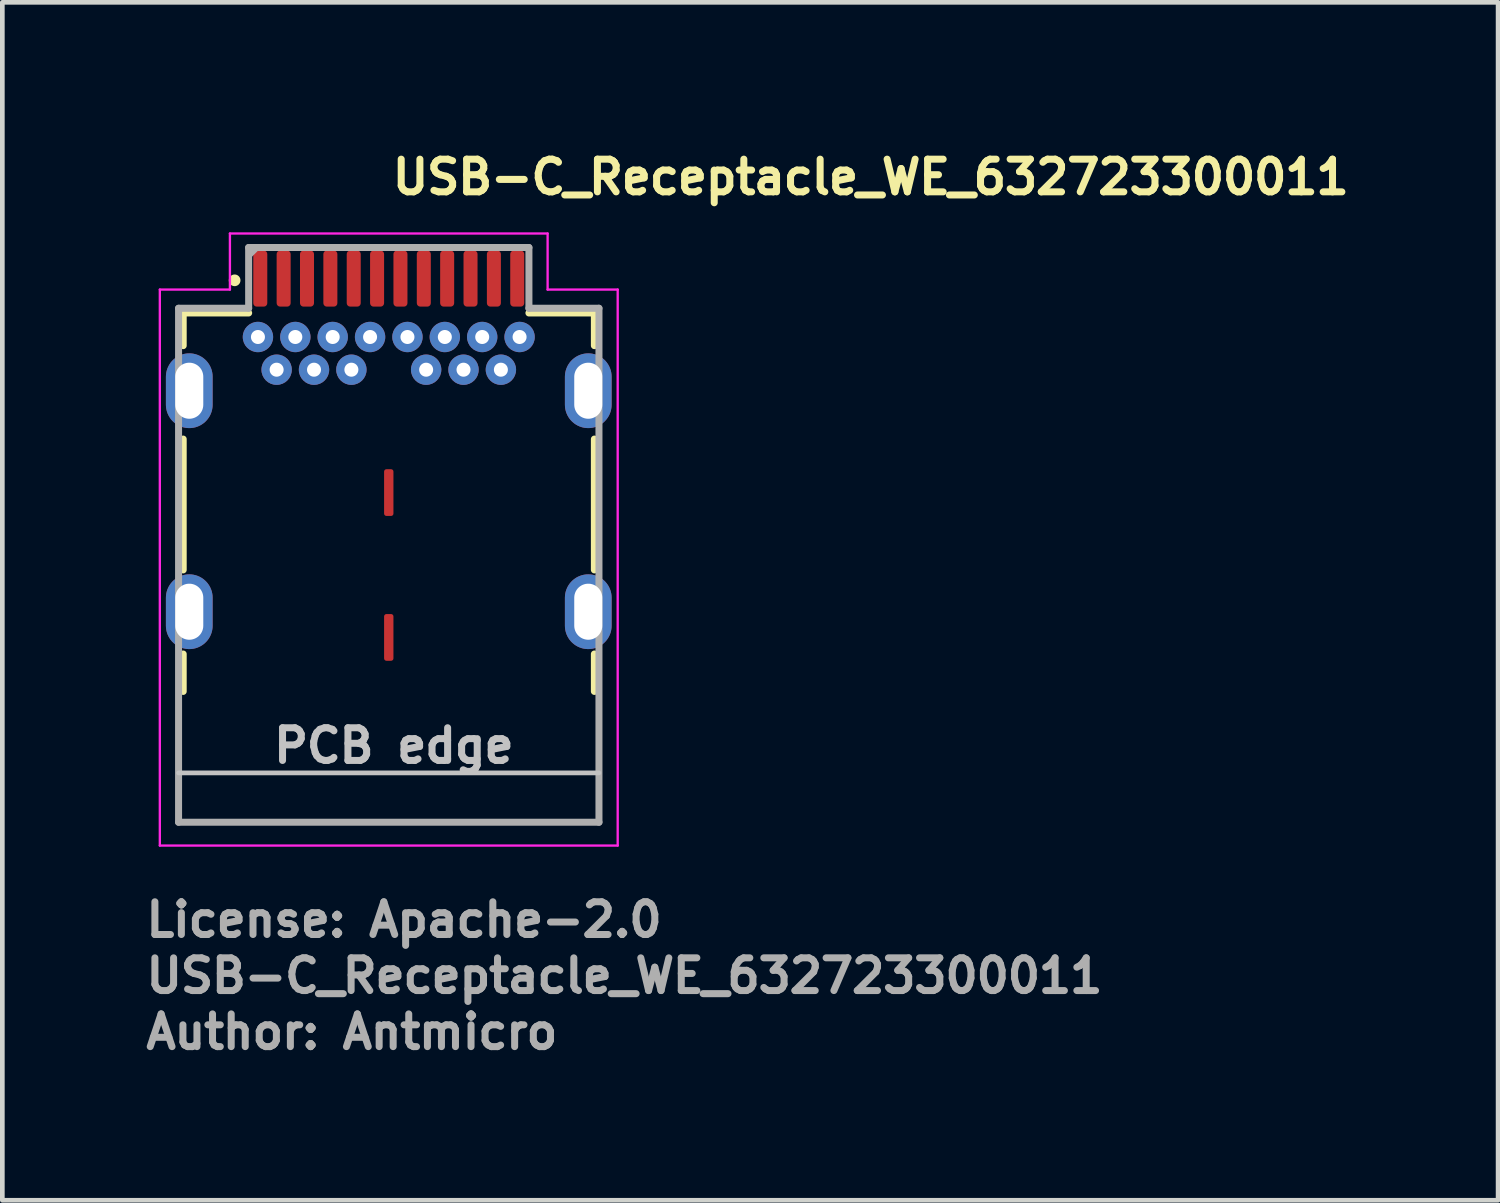
<source format=kicad_pcb>
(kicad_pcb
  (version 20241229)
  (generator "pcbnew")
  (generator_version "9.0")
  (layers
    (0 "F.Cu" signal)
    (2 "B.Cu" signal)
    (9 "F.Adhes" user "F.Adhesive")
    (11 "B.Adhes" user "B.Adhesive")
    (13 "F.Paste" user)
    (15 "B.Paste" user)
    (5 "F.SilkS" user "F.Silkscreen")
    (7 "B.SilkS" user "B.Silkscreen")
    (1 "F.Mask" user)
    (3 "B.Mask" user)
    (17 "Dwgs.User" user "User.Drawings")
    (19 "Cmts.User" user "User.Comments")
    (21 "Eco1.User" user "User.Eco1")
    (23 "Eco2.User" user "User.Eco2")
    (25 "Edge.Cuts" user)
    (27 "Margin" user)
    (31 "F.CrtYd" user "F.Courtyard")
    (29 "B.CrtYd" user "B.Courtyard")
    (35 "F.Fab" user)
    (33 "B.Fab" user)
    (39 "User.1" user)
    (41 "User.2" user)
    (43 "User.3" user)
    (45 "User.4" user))
  (footprint "USB-C_Receptacle_WE_632723300011"
    (layer "F.Cu")
    (at 5.271 8.548)
    (property "Reference" "USB-C_Receptacle_WE_632723300011" (at 0.001 -7.398 0) (layer "F.SilkS") (effects (font (size 0.7 0.7) (thickness 0.15)) (justify left bottom)))
    (attr smd)
    (fp_line (start -4.4 -4.899) (end -4.4 -4.2) (stroke (width 0.15) (type solid)) (layer "F.SilkS"))
    (fp_line (start -4.4 -4.899) (end -2.999 -4.899) (stroke (width 0.15) (type solid)) (layer "F.SilkS"))
    (fp_line (start -4.4 -2.2) (end -4.4 0.6) (stroke (width 0.15) (type solid)) (layer "F.SilkS"))
    (fp_line (start -4.4 2.4) (end -4.4 3.201) (stroke (width 0.15) (type solid)) (layer "F.SilkS"))
    (fp_line (start 3 -4.899) (end 4.401 -4.899) (stroke (width 0.15) (type solid)) (layer "F.SilkS"))
    (fp_line (start 4.401 -4.2) (end 4.401 -4.899) (stroke (width 0.15) (type solid)) (layer "F.SilkS"))
    (fp_line (start 4.401 -2.2) (end 4.401 0.6) (stroke (width 0.15) (type solid)) (layer "F.SilkS"))
    (fp_line (start 4.401 2.4) (end 4.401 3.201) (stroke (width 0.15) (type solid)) (layer "F.SilkS"))
    (fp_circle (center -3.299 -5.598) (end -3.249 -5.598) (stroke (width 0.15) (type solid)) (fill yes) (layer "F.SilkS"))
    (fp_line (start 4.499 4.945) (end -4.499 4.945) (stroke (width 0.1) (type solid)) (layer "Dwgs.User"))
    (fp_line (start -4.9 -5.4) (end -3.4 -5.4) (stroke (width 0.05) (type solid)) (layer "F.CrtYd"))
    (fp_line (start -4.9 6.5) (end -4.9 -5.4) (stroke (width 0.05) (type solid)) (layer "F.CrtYd"))
    (fp_line (start -3.4 -6.6) (end 3.4 -6.6) (stroke (width 0.05) (type solid)) (layer "F.CrtYd"))
    (fp_line (start -3.4 -5.4) (end -3.4 -6.6) (stroke (width 0.05) (type solid)) (layer "F.CrtYd"))
    (fp_line (start 3.4 -6.6) (end 3.4 -5.4) (stroke (width 0.05) (type solid)) (layer "F.CrtYd"))
    (fp_line (start 3.4 -5.4) (end 4.9 -5.4) (stroke (width 0.05) (type solid)) (layer "F.CrtYd"))
    (fp_line (start 4.9 -5.4) (end 4.9 6.5) (stroke (width 0.05) (type solid)) (layer "F.CrtYd"))
    (fp_line (start 4.9 6.5) (end -4.9 6.5) (stroke (width 0.05) (type solid)) (layer "F.CrtYd"))
    (fp_line (start -4.499 -5) (end -4.499 6.001) (stroke (width 0.15) (type solid)) (layer "F.Fab"))
    (fp_line (start -4.499 6.001) (end 4.499 6.001) (stroke (width 0.15) (type solid)) (layer "F.Fab"))
    (fp_line (start -2.999 -6.3) (end -2.999 -5) (stroke (width 0.15) (type solid)) (layer "F.Fab"))
    (fp_line (start -2.999 -5) (end -4.499 -5) (stroke (width 0.15) (type solid)) (layer "F.Fab"))
    (fp_line (start -2.979 -6.158) (end -2.859 -6.278) (stroke (width 0.15) (type solid)) (layer "F.Fab"))
    (fp_line (start 3 -6.3) (end -2.999 -6.3) (stroke (width 0.15) (type solid)) (layer "F.Fab"))
    (fp_line (start 3 -5) (end 3 -6.3) (stroke (width 0.15) (type solid)) (layer "F.Fab"))
    (fp_line (start 4.499 -5) (end 3 -5) (stroke (width 0.15) (type solid)) (layer "F.Fab"))
    (fp_line (start 4.499 6.001) (end 4.499 -5) (stroke (width 0.15) (type solid)) (layer "F.Fab"))
    (fp_rect (start -4.371 -5.896) (end 4.371 5.897) (stroke (width 0.1) (type solid)) (fill no) (layer "User.5"))
    (fp_line (start -4.371 -4.702) (end -4.371 3.348) (stroke (width 0.02) (type solid)) (layer "User.9"))
    (fp_line (start -4.371 3.348) (end -4.368 3.348) (stroke (width 0.02) (type solid)) (layer "User.9"))
    (fp_line (start -4.371 4.998) (end -4.371 5.897) (stroke (width 0.02) (type solid)) (layer "User.9"))
    (fp_line (start -4.368 3.348) (end -4.368 3.348) (stroke (width 0.02) (type solid)) (layer "User.9"))
    (fp_line (start -4.368 3.348) (end -4.368 3.348) (stroke (width 0.02) (type solid)) (layer "User.9"))
    (fp_line (start -4.368 3.348) (end -4.366 3.348) (stroke (width 0.02) (type solid)) (layer "User.9"))
    (fp_line (start -4.368 4.987) (end -4.368 4.993) (stroke (width 0.02) (type solid)) (layer "User.9"))
    (fp_line (start -4.368 4.993) (end -4.368 4.998) (stroke (width 0.02) (type solid)) (layer "User.9"))
    (fp_line (start -4.368 4.998) (end -4.371 4.998) (stroke (width 0.02) (type solid)) (layer "User.9"))
    (fp_line (start -4.368 4.998) (end -4.368 4.998) (stroke (width 0.02) (type solid)) (layer "User.9"))
    (fp_line (start -4.366 3.348) (end -4.368 3.348) (stroke (width 0.02) (type solid)) (layer "User.9"))
    (fp_line (start -4.366 3.348) (end -4.366 3.349) (stroke (width 0.02) (type solid)) (layer "User.9"))
    (fp_line (start -4.366 3.349) (end -4.365 3.349) (stroke (width 0.02) (type solid)) (layer "User.9"))
    (fp_line (start -4.366 4.98) (end -4.368 4.987) (stroke (width 0.02) (type solid)) (layer "User.9"))
    (fp_line (start -4.366 4.998) (end -4.368 4.998) (stroke (width 0.02) (type solid)) (layer "User.9"))
    (fp_line (start -4.365 3.349) (end -4.366 3.348) (stroke (width 0.02) (type solid)) (layer "User.9"))
    (fp_line (start -4.365 3.349) (end -4.365 3.352) (stroke (width 0.02) (type solid)) (layer "User.9"))
    (fp_line (start -4.365 3.352) (end -4.365 3.349) (stroke (width 0.02) (type solid)) (layer "User.9"))
    (fp_line (start -4.365 3.352) (end -4.365 3.356) (stroke (width 0.02) (type solid)) (layer "User.9"))
    (fp_line (start -4.365 3.356) (end -4.365 3.352) (stroke (width 0.02) (type solid)) (layer "User.9"))
    (fp_line (start -4.365 3.356) (end -4.363 3.36) (stroke (width 0.02) (type solid)) (layer "User.9"))
    (fp_line (start -4.365 4.974) (end -4.366 4.98) (stroke (width 0.02) (type solid)) (layer "User.9"))
    (fp_line (start -4.365 4.974) (end -4.357 4.939) (stroke (width 0.02) (type solid)) (layer "User.9"))
    (fp_line (start -4.365 4.99) (end -4.365 4.993) (stroke (width 0.02) (type solid)) (layer "User.9"))
    (fp_line (start -4.365 4.993) (end -4.365 4.995) (stroke (width 0.02) (type solid)) (layer "User.9"))
    (fp_line (start -4.365 4.995) (end -4.366 4.998) (stroke (width 0.02) (type solid)) (layer "User.9"))
    (fp_line (start -4.363 -4.702) (end -4.371 -4.702) (stroke (width 0.02) (type solid)) (layer "User.9"))
    (fp_line (start -4.363 -4.702) (end -4.363 -4.702) (stroke (width 0.02) (type solid)) (layer "User.9"))
    (fp_line (start -4.363 3.36) (end -4.363 3.365) (stroke (width 0.02) (type solid)) (layer "User.9"))
    (fp_line (start -4.363 3.365) (end -4.365 3.356) (stroke (width 0.02) (type solid)) (layer "User.9"))
    (fp_line (start -4.363 3.365) (end -4.362 3.372) (stroke (width 0.02) (type solid)) (layer "User.9"))
    (fp_line (start -4.363 4.98) (end -4.365 4.99) (stroke (width 0.02) (type solid)) (layer "User.9"))
    (fp_line (start -4.363 5.897) (end -4.371 5.897) (stroke (width 0.02) (type solid)) (layer "User.9"))
    (fp_line (start -4.363 5.897) (end -4.363 5.897) (stroke (width 0.02) (type solid)) (layer "User.9"))
    (fp_line (start -4.362 3.372) (end -4.36 3.377) (stroke (width 0.02) (type solid)) (layer "User.9"))
    (fp_line (start -4.362 4.976) (end -4.365 4.974) (stroke (width 0.02) (type solid)) (layer "User.9"))
    (fp_line (start -4.36 3.377) (end -4.363 3.365) (stroke (width 0.02) (type solid)) (layer "User.9"))
    (fp_line (start -4.36 3.377) (end -4.36 3.385) (stroke (width 0.02) (type solid)) (layer "User.9"))
    (fp_line (start -4.36 3.385) (end -4.358 3.392) (stroke (width 0.02) (type solid)) (layer "User.9"))
    (fp_line (start -4.36 4.968) (end -4.363 4.98) (stroke (width 0.02) (type solid)) (layer "User.9"))
    (fp_line (start -4.358 3.392) (end -4.36 3.377) (stroke (width 0.02) (type solid)) (layer "User.9"))
    (fp_line (start -4.358 3.392) (end -4.357 3.401) (stroke (width 0.02) (type solid)) (layer "User.9"))
    (fp_line (start -4.358 4.953) (end -4.36 4.968) (stroke (width 0.02) (type solid)) (layer "User.9"))
    (fp_line (start -4.357 3.401) (end -4.357 3.409) (stroke (width 0.02) (type solid)) (layer "User.9"))
    (fp_line (start -4.357 3.409) (end -4.358 3.392) (stroke (width 0.02) (type solid)) (layer "User.9"))
    (fp_line (start -4.357 3.409) (end -4.357 3.419) (stroke (width 0.02) (type solid)) (layer "User.9"))
    (fp_line (start -4.357 3.419) (end -4.355 3.428) (stroke (width 0.02) (type solid)) (layer "User.9"))
    (fp_line (start -4.357 4.936) (end -4.358 4.953) (stroke (width 0.02) (type solid)) (layer "User.9"))
    (fp_line (start -4.355 3.428) (end -4.357 3.409) (stroke (width 0.02) (type solid)) (layer "User.9"))
    (fp_line (start -4.355 3.428) (end -4.355 3.437) (stroke (width 0.02) (type solid)) (layer "User.9"))
    (fp_line (start -4.355 3.437) (end -4.355 3.448) (stroke (width 0.02) (type solid)) (layer "User.9"))
    (fp_line (start -4.355 3.448) (end -4.355 3.428) (stroke (width 0.02) (type solid)) (layer "User.9"))
    (fp_line (start -4.355 3.448) (end -4.355 4.897) (stroke (width 0.02) (type solid)) (layer "User.9"))
    (fp_line (start -4.355 3.448) (end -4.355 4.897) (stroke (width 0.02) (type solid)) (layer "User.9"))
    (fp_line (start -4.355 4.897) (end -4.355 4.918) (stroke (width 0.02) (type solid)) (layer "User.9"))
    (fp_line (start -4.355 4.918) (end -4.357 4.936) (stroke (width 0.02) (type solid)) (layer "User.9"))
    (fp_line (start -4.344 -4.702) (end -4.363 -4.702) (stroke (width 0.02) (type solid)) (layer "User.9"))
    (fp_line (start -4.344 -4.702) (end -4.344 -4.702) (stroke (width 0.02) (type solid)) (layer "User.9"))
    (fp_line (start -4.344 5.897) (end -4.363 5.897) (stroke (width 0.02) (type solid)) (layer "User.9"))
    (fp_line (start -4.344 5.897) (end -4.344 5.897) (stroke (width 0.02) (type solid)) (layer "User.9"))
    (fp_line (start -4.313 -4.702) (end -4.344 -4.702) (stroke (width 0.02) (type solid)) (layer "User.9"))
    (fp_line (start -4.313 -4.702) (end -4.313 -4.702) (stroke (width 0.02) (type solid)) (layer "User.9"))
    (fp_line (start -4.313 5.897) (end -4.344 5.897) (stroke (width 0.02) (type solid)) (layer "User.9"))
    (fp_line (start -4.313 5.897) (end -4.313 5.897) (stroke (width 0.02) (type solid)) (layer "User.9"))
    (fp_line (start -4.27 -4.702) (end -4.313 -4.702) (stroke (width 0.02) (type solid)) (layer "User.9"))
    (fp_line (start -4.27 -4.702) (end -4.27 -4.702) (stroke (width 0.02) (type solid)) (layer "User.9"))
    (fp_line (start -4.27 5.897) (end -4.313 5.897) (stroke (width 0.02) (type solid)) (layer "User.9"))
    (fp_line (start -4.27 5.897) (end -4.27 5.897) (stroke (width 0.02) (type solid)) (layer "User.9"))
    (fp_line (start -4.217 -4.702) (end -4.27 -4.702) (stroke (width 0.02) (type solid)) (layer "User.9"))
    (fp_line (start -4.217 -4.702) (end -4.217 -4.702) (stroke (width 0.02) (type solid)) (layer "User.9"))
    (fp_line (start -4.217 5.897) (end -4.27 5.897) (stroke (width 0.02) (type solid)) (layer "User.9"))
    (fp_line (start -4.217 5.897) (end -4.217 5.897) (stroke (width 0.02) (type solid)) (layer "User.9"))
    (fp_line (start -4.152 -4.702) (end -4.217 -4.702) (stroke (width 0.02) (type solid)) (layer "User.9"))
    (fp_line (start -4.152 -4.702) (end -4.152 -4.702) (stroke (width 0.02) (type solid)) (layer "User.9"))
    (fp_line (start -4.152 5.897) (end -4.217 5.897) (stroke (width 0.02) (type solid)) (layer "User.9"))
    (fp_line (start -4.152 5.897) (end -4.152 5.897) (stroke (width 0.02) (type solid)) (layer "User.9"))
    (fp_line (start -4.078 -4.702) (end -4.152 -4.702) (stroke (width 0.02) (type solid)) (layer "User.9"))
    (fp_line (start -4.078 -4.702) (end -4.078 -4.702) (stroke (width 0.02) (type solid)) (layer "User.9"))
    (fp_line (start -4.078 5.897) (end -4.152 5.897) (stroke (width 0.02) (type solid)) (layer "User.9"))
    (fp_line (start -4.078 5.897) (end -4.078 5.897) (stroke (width 0.02) (type solid)) (layer "User.9"))
    (fp_line (start -3.902 -4.702) (end -4.078 -4.702) (stroke (width 0.02) (type solid)) (layer "User.9"))
    (fp_line (start -3.902 -4.702) (end -3.902 -4.702) (stroke (width 0.02) (type solid)) (layer "User.9"))
    (fp_line (start -3.902 5.897) (end -4.078 5.897) (stroke (width 0.02) (type solid)) (layer "User.9"))
    (fp_line (start -3.902 5.897) (end -3.902 5.897) (stroke (width 0.02) (type solid)) (layer "User.9"))
    (fp_line (start -3.7 -4.702) (end -3.902 -4.702) (stroke (width 0.02) (type solid)) (layer "User.9"))
    (fp_line (start -3.7 -4.702) (end -3.7 -4.702) (stroke (width 0.02) (type solid)) (layer "User.9"))
    (fp_line (start -3.7 5.897) (end -3.902 5.897) (stroke (width 0.02) (type solid)) (layer "User.9"))
    (fp_line (start -3.7 5.897) (end -3.7 5.897) (stroke (width 0.02) (type solid)) (layer "User.9"))
    (fp_line (start -3.37 -4.702) (end -3.7 -4.702) (stroke (width 0.02) (type solid)) (layer "User.9"))
    (fp_line (start -3.37 5.897) (end -3.7 5.897) (stroke (width 0.02) (type solid)) (layer "User.9"))
    (fp_line (start -3.08 -4.702) (end -3.08 -5.301) (stroke (width 0.02) (type solid)) (layer "User.9"))
    (fp_line (start -2.89 -5.412) (end -2.609 -5.412) (stroke (width 0.02) (type solid)) (layer "User.9"))
    (fp_line (start -2.89 -5.322) (end -2.89 -5.412) (stroke (width 0.02) (type solid)) (layer "User.9"))
    (fp_line (start -2.89 -5.322) (end -2.89 -5.322) (stroke (width 0.02) (type solid)) (layer "User.9"))
    (fp_line (start -2.89 -5.301) (end -3.08 -5.301) (stroke (width 0.02) (type solid)) (layer "User.9"))
    (fp_line (start -2.89 -5.102) (end -2.89 -5.322) (stroke (width 0.02) (type solid)) (layer "User.9"))
    (fp_line (start -2.89 -4.702) (end -2.89 -5.102) (stroke (width 0.02) (type solid)) (layer "User.9"))
    (fp_line (start -2.85 -5.896) (end -2.649 -5.896) (stroke (width 0.02) (type solid)) (layer "User.9"))
    (fp_line (start -2.85 -5.463) (end -2.85 -5.896) (stroke (width 0.02) (type solid)) (layer "User.9"))
    (fp_line (start -2.85 -5.412) (end -2.85 -5.463) (stroke (width 0.02) (type solid)) (layer "User.9"))
    (fp_line (start -2.649 -5.463) (end -2.649 -5.896) (stroke (width 0.02) (type solid)) (layer "User.9"))
    (fp_line (start -2.649 -5.412) (end -2.649 -5.463) (stroke (width 0.02) (type solid)) (layer "User.9"))
    (fp_line (start -2.609 -5.322) (end -2.609 -5.412) (stroke (width 0.02) (type solid)) (layer "User.9"))
    (fp_line (start -2.609 -5.322) (end -2.609 -5.322) (stroke (width 0.02) (type solid)) (layer "User.9"))
    (fp_line (start -2.609 -5.102) (end -2.609 -5.322) (stroke (width 0.02) (type solid)) (layer "User.9"))
    (fp_line (start -2.609 -4.702) (end -2.609 -5.102) (stroke (width 0.02) (type solid)) (layer "User.9"))
    (fp_line (start -2.499 3.497) (end -2.301 3.497) (stroke (width 0.02) (type solid)) (layer "User.9"))
    (fp_line (start -2.399 3.198) (end -2.399 2.675) (stroke (width 0.02) (type solid)) (layer "User.9"))
    (fp_line (start -2.39 -5.412) (end -2.109 -5.412) (stroke (width 0.02) (type solid)) (layer "User.9"))
    (fp_line (start -2.39 -5.322) (end -2.39 -5.412) (stroke (width 0.02) (type solid)) (layer "User.9"))
    (fp_line (start -2.39 -5.322) (end -2.39 -5.322) (stroke (width 0.02) (type solid)) (layer "User.9"))
    (fp_line (start -2.39 -5.301) (end -2.609 -5.301) (stroke (width 0.02) (type solid)) (layer "User.9"))
    (fp_line (start -2.39 -5.102) (end -2.39 -5.322) (stroke (width 0.02) (type solid)) (layer "User.9"))
    (fp_line (start -2.39 -4.702) (end -2.39 -5.102) (stroke (width 0.02) (type solid)) (layer "User.9"))
    (fp_line (start -2.39 3.111) (end -2.39 2.593) (stroke (width 0.02) (type solid)) (layer "User.9"))
    (fp_line (start -2.39 3.111) (end -2.339 3.198) (stroke (width 0.02) (type solid)) (layer "User.9"))
    (fp_line (start -2.39 3.111) (end -2.256 3.111) (stroke (width 0.02) (type solid)) (layer "User.9"))
    (fp_line (start -2.35 -5.896) (end -2.149 -5.896) (stroke (width 0.02) (type solid)) (layer "User.9"))
    (fp_line (start -2.35 -5.463) (end -2.35 -5.896) (stroke (width 0.02) (type solid)) (layer "User.9"))
    (fp_line (start -2.35 -5.412) (end -2.35 -5.463) (stroke (width 0.02) (type solid)) (layer "User.9"))
    (fp_line (start -2.301 3.508) (end -2.301 3.497) (stroke (width 0.02) (type solid)) (layer "User.9"))
    (fp_line (start -2.3 3.486) (end -2.3 3.508) (stroke (width 0.02) (type solid)) (layer "User.9"))
    (fp_line (start -2.3 3.508) (end -2.301 3.508) (stroke (width 0.02) (type solid)) (layer "User.9"))
    (fp_line (start -2.298 3.465) (end -2.3 3.486) (stroke (width 0.02) (type solid)) (layer "User.9"))
    (fp_line (start -2.298 3.465) (end -2.056 1.491) (stroke (width 0.02) (type solid)) (layer "User.9"))
    (fp_line (start -2.265 3.198) (end -2.399 3.198) (stroke (width 0.02) (type solid)) (layer "User.9"))
    (fp_line (start -2.265 3.198) (end -2.339 3.198) (stroke (width 0.02) (type solid)) (layer "User.9"))
    (fp_line (start -2.249 1.441) (end -2.499 3.497) (stroke (width 0.02) (type solid)) (layer "User.9"))
    (fp_line (start -2.246 1.417) (end -2.249 1.441) (stroke (width 0.02) (type solid)) (layer "User.9"))
    (fp_line (start -2.242 1.394) (end -2.246 1.417) (stroke (width 0.02) (type solid)) (layer "User.9"))
    (fp_line (start -2.237 1.372) (end -2.242 1.394) (stroke (width 0.02) (type solid)) (layer "User.9"))
    (fp_line (start -2.23 1.35) (end -2.237 1.372) (stroke (width 0.02) (type solid)) (layer "User.9"))
    (fp_line (start -2.222 1.328) (end -2.23 1.35) (stroke (width 0.02) (type solid)) (layer "User.9"))
    (fp_line (start -2.214 1.306) (end -2.222 1.328) (stroke (width 0.02) (type solid)) (layer "User.9"))
    (fp_line (start -2.205 1.286) (end -2.214 1.306) (stroke (width 0.02) (type solid)) (layer "User.9"))
    (fp_line (start -2.201 1.275) (end -2.201 1.447) (stroke (width 0.02) (type solid)) (layer "User.9"))
    (fp_line (start -2.201 1.447) (end -2.053 1.447) (stroke (width 0.02) (type solid)) (layer "User.9"))
    (fp_line (start -2.194 1.265) (end -2.205 1.286) (stroke (width 0.02) (type solid)) (layer "User.9"))
    (fp_line (start -2.184 1.245) (end -2.194 1.265) (stroke (width 0.02) (type solid)) (layer "User.9"))
    (fp_line (start -2.172 1.227) (end -2.184 1.245) (stroke (width 0.02) (type solid)) (layer "User.9"))
    (fp_line (start -2.159 1.207) (end -2.172 1.227) (stroke (width 0.02) (type solid)) (layer "User.9"))
    (fp_line (start -2.149 -5.463) (end -2.149 -5.896) (stroke (width 0.02) (type solid)) (layer "User.9"))
    (fp_line (start -2.149 -5.412) (end -2.35 -5.412) (stroke (width 0.02) (type solid)) (layer "User.9"))
    (fp_line (start -2.149 -5.412) (end -2.149 -5.463) (stroke (width 0.02) (type solid)) (layer "User.9"))
    (fp_line (start -2.145 1.189) (end -2.159 1.207) (stroke (width 0.02) (type solid)) (layer "User.9"))
    (fp_line (start -2.132 1.173) (end -2.145 1.189) (stroke (width 0.02) (type solid)) (layer "User.9"))
    (fp_line (start -2.128 1.167) (end -1.372 1.167) (stroke (width 0.02) (type solid)) (layer "User.9"))
    (fp_line (start -2.116 1.155) (end -2.132 1.173) (stroke (width 0.02) (type solid)) (layer "User.9"))
    (fp_line (start -2.109 -5.322) (end -2.109 -5.412) (stroke (width 0.02) (type solid)) (layer "User.9"))
    (fp_line (start -2.109 -5.322) (end -2.109 -5.322) (stroke (width 0.02) (type solid)) (layer "User.9"))
    (fp_line (start -2.109 -5.102) (end -2.109 -5.322) (stroke (width 0.02) (type solid)) (layer "User.9"))
    (fp_line (start -2.109 -4.702) (end -2.109 -5.102) (stroke (width 0.02) (type solid)) (layer "User.9"))
    (fp_line (start -2.109 1.935) (end -2.109 1.447) (stroke (width 0.02) (type solid)) (layer "User.9"))
    (fp_line (start -2.1 1.14) (end -2.116 1.155) (stroke (width 0.02) (type solid)) (layer "User.9"))
    (fp_line (start -2.1 1.447) (end -2.1 1.854) (stroke (width 0.02) (type solid)) (layer "User.9"))
    (fp_line (start -2.084 1.124) (end -2.1 1.14) (stroke (width 0.02) (type solid)) (layer "User.9"))
    (fp_line (start -2.067 1.11) (end -2.084 1.124) (stroke (width 0.02) (type solid)) (layer "User.9"))
    (fp_line (start -2.056 1.554) (end -2.056 1.491) (stroke (width 0.02) (type solid)) (layer "User.9"))
    (fp_line (start -2.056 1.554) (end -2.053 1.554) (stroke (width 0.02) (type solid)) (layer "User.9"))
    (fp_line (start -2.053 1.519) (end -2.053 1.419) (stroke (width 0.02) (type solid)) (layer "User.9"))
    (fp_line (start -2.053 1.554) (end -2.053 1.519) (stroke (width 0.02) (type solid)) (layer "User.9"))
    (fp_line (start -2.052 1.4) (end -2.052 1.411) (stroke (width 0.02) (type solid)) (layer "User.9"))
    (fp_line (start -2.052 1.411) (end -2.053 1.419) (stroke (width 0.02) (type solid)) (layer "User.9"))
    (fp_line (start -2.052 1.517) (end -2.052 1.519) (stroke (width 0.02) (type solid)) (layer "User.9"))
    (fp_line (start -2.052 1.519) (end -2.053 1.519) (stroke (width 0.02) (type solid)) (layer "User.9"))
    (fp_line (start -2.051 1.392) (end -2.052 1.4) (stroke (width 0.02) (type solid)) (layer "User.9"))
    (fp_line (start -2.051 1.515) (end -2.052 1.517) (stroke (width 0.02) (type solid)) (layer "User.9"))
    (fp_line (start -2.049 1.096) (end -2.067 1.11) (stroke (width 0.02) (type solid)) (layer "User.9"))
    (fp_line (start -2.049 1.384) (end -2.051 1.392) (stroke (width 0.02) (type solid)) (layer "User.9"))
    (fp_line (start -2.049 1.513) (end -2.051 1.515) (stroke (width 0.02) (type solid)) (layer "User.9"))
    (fp_line (start -2.048 1.376) (end -2.049 1.384) (stroke (width 0.02) (type solid)) (layer "User.9"))
    (fp_line (start -2.048 1.511) (end -2.049 1.513) (stroke (width 0.02) (type solid)) (layer "User.9"))
    (fp_line (start -2.047 1.36) (end -2.047 1.368) (stroke (width 0.02) (type solid)) (layer "User.9"))
    (fp_line (start -2.047 1.368) (end -2.048 1.376) (stroke (width 0.02) (type solid)) (layer "User.9"))
    (fp_line (start -2.047 1.507) (end -2.047 1.509) (stroke (width 0.02) (type solid)) (layer "User.9"))
    (fp_line (start -2.047 1.509) (end -2.048 1.511) (stroke (width 0.02) (type solid)) (layer "User.9"))
    (fp_line (start -2.046 1.352) (end -2.047 1.36) (stroke (width 0.02) (type solid)) (layer "User.9"))
    (fp_line (start -2.046 1.507) (end -2.047 1.507) (stroke (width 0.02) (type solid)) (layer "User.9"))
    (fp_line (start -2.043 1.34) (end -2.043 1.346) (stroke (width 0.02) (type solid)) (layer "User.9"))
    (fp_line (start -2.043 1.346) (end -2.046 1.352) (stroke (width 0.02) (type solid)) (layer "User.9"))
    (fp_line (start -2.043 1.503) (end -2.043 1.505) (stroke (width 0.02) (type solid)) (layer "User.9"))
    (fp_line (start -2.043 1.505) (end -2.046 1.507) (stroke (width 0.02) (type solid)) (layer "User.9"))
    (fp_line (start -2.04 1.334) (end -2.043 1.34) (stroke (width 0.02) (type solid)) (layer "User.9"))
    (fp_line (start -2.04 1.503) (end -2.043 1.503) (stroke (width 0.02) (type solid)) (layer "User.9"))
    (fp_line (start -2.039 1.328) (end -2.04 1.334) (stroke (width 0.02) (type solid)) (layer "User.9"))
    (fp_line (start -2.039 1.501) (end -2.04 1.503) (stroke (width 0.02) (type solid)) (layer "User.9"))
    (fp_line (start -2.038 1.324) (end -2.039 1.328) (stroke (width 0.02) (type solid)) (layer "User.9"))
    (fp_line (start -2.038 1.501) (end -2.039 1.501) (stroke (width 0.02) (type solid)) (layer "User.9"))
    (fp_line (start -2.035 1.318) (end -2.038 1.324) (stroke (width 0.02) (type solid)) (layer "User.9"))
    (fp_line (start -2.035 1.499) (end -2.038 1.501) (stroke (width 0.02) (type solid)) (layer "User.9"))
    (fp_line (start -2.034 1.314) (end -2.035 1.318) (stroke (width 0.02) (type solid)) (layer "User.9"))
    (fp_line (start -2.034 1.499) (end -2.035 1.499) (stroke (width 0.02) (type solid)) (layer "User.9"))
    (fp_line (start -2.031 1.084) (end -2.049 1.096) (stroke (width 0.02) (type solid)) (layer "User.9"))
    (fp_line (start -2.031 1.31) (end -2.034 1.314) (stroke (width 0.02) (type solid)) (layer "User.9"))
    (fp_line (start -2.031 1.497) (end -2.034 1.499) (stroke (width 0.02) (type solid)) (layer "User.9"))
    (fp_line (start -2.031 1.497) (end -2.031 1.31) (stroke (width 0.02) (type solid)) (layer "User.9"))
    (fp_line (start -2.031 1.497) (end -2.023 1.491) (stroke (width 0.02) (type solid)) (layer "User.9"))
    (fp_line (start -2.023 1.302) (end -2.031 1.31) (stroke (width 0.02) (type solid)) (layer "User.9"))
    (fp_line (start -2.023 1.491) (end -2.011 1.485) (stroke (width 0.02) (type solid)) (layer "User.9"))
    (fp_line (start -2.012 1.072) (end -2.031 1.084) (stroke (width 0.02) (type solid)) (layer "User.9"))
    (fp_line (start -2.011 1.296) (end -2.023 1.302) (stroke (width 0.02) (type solid)) (layer "User.9"))
    (fp_line (start -2.011 1.485) (end -1.999 1.477) (stroke (width 0.02) (type solid)) (layer "User.9"))
    (fp_line (start -1.999 1.29) (end -2.011 1.296) (stroke (width 0.02) (type solid)) (layer "User.9"))
    (fp_line (start -1.999 1.477) (end -1.985 1.471) (stroke (width 0.02) (type solid)) (layer "User.9"))
    (fp_line (start -1.993 1.06) (end -2.012 1.072) (stroke (width 0.02) (type solid)) (layer "User.9"))
    (fp_line (start -1.985 1.284) (end -1.999 1.29) (stroke (width 0.02) (type solid)) (layer "User.9"))
    (fp_line (start -1.985 1.471) (end -1.971 1.465) (stroke (width 0.02) (type solid)) (layer "User.9"))
    (fp_line (start -1.973 1.05) (end -1.993 1.06) (stroke (width 0.02) (type solid)) (layer "User.9"))
    (fp_line (start -1.971 1.277) (end -1.985 1.284) (stroke (width 0.02) (type solid)) (layer "User.9"))
    (fp_line (start -1.971 1.465) (end -1.955 1.461) (stroke (width 0.02) (type solid)) (layer "User.9"))
    (fp_line (start -1.955 1.273) (end -1.971 1.277) (stroke (width 0.02) (type solid)) (layer "User.9"))
    (fp_line (start -1.955 1.461) (end -1.937 1.455) (stroke (width 0.02) (type solid)) (layer "User.9"))
    (fp_line (start -1.953 1.04) (end -1.973 1.05) (stroke (width 0.02) (type solid)) (layer "User.9"))
    (fp_line (start -1.937 1.267) (end -1.955 1.273) (stroke (width 0.02) (type solid)) (layer "User.9"))
    (fp_line (start -1.937 1.455) (end -1.919 1.451) (stroke (width 0.02) (type solid)) (layer "User.9"))
    (fp_line (start -1.931 1.032) (end -1.953 1.04) (stroke (width 0.02) (type solid)) (layer "User.9"))
    (fp_line (start -1.919 1.263) (end -1.937 1.267) (stroke (width 0.02) (type solid)) (layer "User.9"))
    (fp_line (start -1.919 1.451) (end -1.9 1.447) (stroke (width 0.02) (type solid)) (layer "User.9"))
    (fp_line (start -1.91 1.023) (end -1.931 1.032) (stroke (width 0.02) (type solid)) (layer "User.9"))
    (fp_line (start -1.9 1.259) (end -1.919 1.263) (stroke (width 0.02) (type solid)) (layer "User.9"))
    (fp_line (start -1.9 1.447) (end -1.88 1.443) (stroke (width 0.02) (type solid)) (layer "User.9"))
    (fp_line (start -1.89 -5.412) (end -1.61 -5.412) (stroke (width 0.02) (type solid)) (layer "User.9"))
    (fp_line (start -1.89 -5.322) (end -1.89 -5.412) (stroke (width 0.02) (type solid)) (layer "User.9"))
    (fp_line (start -1.89 -5.322) (end -1.89 -5.322) (stroke (width 0.02) (type solid)) (layer "User.9"))
    (fp_line (start -1.89 -5.301) (end -2.109 -5.301) (stroke (width 0.02) (type solid)) (layer "User.9"))
    (fp_line (start -1.89 -5.102) (end -1.89 -5.322) (stroke (width 0.02) (type solid)) (layer "User.9"))
    (fp_line (start -1.89 -4.702) (end -1.89 -5.102) (stroke (width 0.02) (type solid)) (layer "User.9"))
    (fp_line (start -1.888 1.017) (end -1.91 1.023) (stroke (width 0.02) (type solid)) (layer "User.9"))
    (fp_line (start -1.88 1.255) (end -1.9 1.259) (stroke (width 0.02) (type solid)) (layer "User.9"))
    (fp_line (start -1.88 1.443) (end -1.86 1.441) (stroke (width 0.02) (type solid)) (layer "User.9"))
    (fp_line (start -1.866 1.011) (end -1.888 1.017) (stroke (width 0.02) (type solid)) (layer "User.9"))
    (fp_line (start -1.86 1.253) (end -1.88 1.255) (stroke (width 0.02) (type solid)) (layer "User.9"))
    (fp_line (start -1.86 1.441) (end -1.84 1.439) (stroke (width 0.02) (type solid)) (layer "User.9"))
    (fp_line (start -1.85 -5.896) (end -1.65 -5.896) (stroke (width 0.02) (type solid)) (layer "User.9"))
    (fp_line (start -1.85 -5.463) (end -1.85 -5.896) (stroke (width 0.02) (type solid)) (layer "User.9"))
    (fp_line (start -1.85 -5.412) (end -1.85 -5.463) (stroke (width 0.02) (type solid)) (layer "User.9"))
    (fp_line (start -1.844 1.007) (end -1.866 1.011) (stroke (width 0.02) (type solid)) (layer "User.9"))
    (fp_line (start -1.84 1.251) (end -1.86 1.253) (stroke (width 0.02) (type solid)) (layer "User.9"))
    (fp_line (start -1.84 1.439) (end -1.818 1.437) (stroke (width 0.02) (type solid)) (layer "User.9"))
    (fp_line (start -1.82 1.003) (end -1.844 1.007) (stroke (width 0.02) (type solid)) (layer "User.9"))
    (fp_line (start -1.818 1.249) (end -1.84 1.251) (stroke (width 0.02) (type solid)) (layer "User.9"))
    (fp_line (start -1.818 1.437) (end -1.796 1.435) (stroke (width 0.02) (type solid)) (layer "User.9"))
    (fp_line (start -1.8 1.247) (end -1.8 1.167) (stroke (width 0.02) (type solid)) (layer "User.9"))
    (fp_line (start -1.798 1) (end -1.82 1.003) (stroke (width 0.02) (type solid)) (layer "User.9"))
    (fp_line (start -1.796 1.247) (end -1.818 1.249) (stroke (width 0.02) (type solid)) (layer "User.9"))
    (fp_line (start -1.796 1.435) (end -1.773 1.435) (stroke (width 0.02) (type solid)) (layer "User.9"))
    (fp_line (start -1.773 0.998) (end -1.798 1) (stroke (width 0.02) (type solid)) (layer "User.9"))
    (fp_line (start -1.773 1.247) (end -1.796 1.247) (stroke (width 0.02) (type solid)) (layer "User.9"))
    (fp_line (start -1.773 1.435) (end -1.749 1.433) (stroke (width 0.02) (type solid)) (layer "User.9"))
    (fp_line (start -1.749 0.997) (end -1.773 0.998) (stroke (width 0.02) (type solid)) (layer "User.9"))
    (fp_line (start -1.749 0.997) (end -1.749 0.997) (stroke (width 0.02) (type solid)) (layer "User.9"))
    (fp_line (start -1.749 1.245) (end -1.773 1.247) (stroke (width 0.02) (type solid)) (layer "User.9"))
    (fp_line (start -1.749 1.245) (end -1.749 1.245) (stroke (width 0.02) (type solid)) (layer "User.9"))
    (fp_line (start -1.749 1.433) (end -1.749 1.433) (stroke (width 0.02) (type solid)) (layer "User.9"))
    (fp_line (start -1.749 1.433) (end -1.727 1.435) (stroke (width 0.02) (type solid)) (layer "User.9"))
    (fp_line (start -1.727 0.998) (end -1.749 0.997) (stroke (width 0.02) (type solid)) (layer "User.9"))
    (fp_line (start -1.727 1.247) (end -1.749 1.245) (stroke (width 0.02) (type solid)) (layer "User.9"))
    (fp_line (start -1.727 1.435) (end -1.705 1.435) (stroke (width 0.02) (type solid)) (layer "User.9"))
    (fp_line (start -1.705 1.247) (end -1.727 1.247) (stroke (width 0.02) (type solid)) (layer "User.9"))
    (fp_line (start -1.705 1.435) (end -1.683 1.437) (stroke (width 0.02) (type solid)) (layer "User.9"))
    (fp_line (start -1.703 1) (end -1.727 0.998) (stroke (width 0.02) (type solid)) (layer "User.9"))
    (fp_line (start -1.699 1.167) (end -1.699 1.247) (stroke (width 0.02) (type solid)) (layer "User.9"))
    (fp_line (start -1.683 1.249) (end -1.705 1.247) (stroke (width 0.02) (type solid)) (layer "User.9"))
    (fp_line (start -1.683 1.437) (end -1.66 1.439) (stroke (width 0.02) (type solid)) (layer "User.9"))
    (fp_line (start -1.679 1.003) (end -1.703 1) (stroke (width 0.02) (type solid)) (layer "User.9"))
    (fp_line (start -1.66 1.251) (end -1.683 1.249) (stroke (width 0.02) (type solid)) (layer "User.9"))
    (fp_line (start -1.66 1.439) (end -1.64 1.441) (stroke (width 0.02) (type solid)) (layer "User.9"))
    (fp_line (start -1.656 1.007) (end -1.679 1.003) (stroke (width 0.02) (type solid)) (layer "User.9"))
    (fp_line (start -1.65 -5.463) (end -1.65 -5.896) (stroke (width 0.02) (type solid)) (layer "User.9"))
    (fp_line (start -1.65 -5.412) (end -1.65 -5.463) (stroke (width 0.02) (type solid)) (layer "User.9"))
    (fp_line (start -1.64 1.253) (end -1.66 1.251) (stroke (width 0.02) (type solid)) (layer "User.9"))
    (fp_line (start -1.64 1.441) (end -1.62 1.443) (stroke (width 0.02) (type solid)) (layer "User.9"))
    (fp_line (start -1.634 1.011) (end -1.656 1.007) (stroke (width 0.02) (type solid)) (layer "User.9"))
    (fp_line (start -1.62 1.255) (end -1.64 1.253) (stroke (width 0.02) (type solid)) (layer "User.9"))
    (fp_line (start -1.62 1.443) (end -1.6 1.447) (stroke (width 0.02) (type solid)) (layer "User.9"))
    (fp_line (start -1.612 1.017) (end -1.634 1.011) (stroke (width 0.02) (type solid)) (layer "User.9"))
    (fp_line (start -1.61 -5.322) (end -1.61 -5.412) (stroke (width 0.02) (type solid)) (layer "User.9"))
    (fp_line (start -1.61 -5.322) (end -1.61 -5.322) (stroke (width 0.02) (type solid)) (layer "User.9"))
    (fp_line (start -1.61 -5.102) (end -1.61 -5.322) (stroke (width 0.02) (type solid)) (layer "User.9"))
    (fp_line (start -1.61 -4.702) (end -1.61 -5.102) (stroke (width 0.02) (type solid)) (layer "User.9"))
    (fp_line (start -1.6 1.259) (end -1.62 1.255) (stroke (width 0.02) (type solid)) (layer "User.9"))
    (fp_line (start -1.6 1.447) (end -1.58 1.451) (stroke (width 0.02) (type solid)) (layer "User.9"))
    (fp_line (start -1.59 1.023) (end -1.612 1.017) (stroke (width 0.02) (type solid)) (layer "User.9"))
    (fp_line (start -1.58 1.263) (end -1.6 1.259) (stroke (width 0.02) (type solid)) (layer "User.9"))
    (fp_line (start -1.58 1.451) (end -1.562 1.455) (stroke (width 0.02) (type solid)) (layer "User.9"))
    (fp_line (start -1.568 1.032) (end -1.59 1.023) (stroke (width 0.02) (type solid)) (layer "User.9"))
    (fp_line (start -1.562 1.267) (end -1.58 1.263) (stroke (width 0.02) (type solid)) (layer "User.9"))
    (fp_line (start -1.562 1.455) (end -1.546 1.461) (stroke (width 0.02) (type solid)) (layer "User.9"))
    (fp_line (start -1.548 1.04) (end -1.568 1.032) (stroke (width 0.02) (type solid)) (layer "User.9"))
    (fp_line (start -1.546 1.273) (end -1.562 1.267) (stroke (width 0.02) (type solid)) (layer "User.9"))
    (fp_line (start -1.546 1.461) (end -1.529 1.465) (stroke (width 0.02) (type solid)) (layer "User.9"))
    (fp_line (start -1.529 1.277) (end -1.546 1.273) (stroke (width 0.02) (type solid)) (layer "User.9"))
    (fp_line (start -1.529 1.465) (end -1.515 1.471) (stroke (width 0.02) (type solid)) (layer "User.9"))
    (fp_line (start -1.527 1.05) (end -1.548 1.04) (stroke (width 0.02) (type solid)) (layer "User.9"))
    (fp_line (start -1.515 1.284) (end -1.529 1.277) (stroke (width 0.02) (type solid)) (layer "User.9"))
    (fp_line (start -1.515 1.471) (end -1.501 1.477) (stroke (width 0.02) (type solid)) (layer "User.9"))
    (fp_line (start -1.507 1.06) (end -1.527 1.05) (stroke (width 0.02) (type solid)) (layer "User.9"))
    (fp_line (start -1.501 1.29) (end -1.515 1.284) (stroke (width 0.02) (type solid)) (layer "User.9"))
    (fp_line (start -1.501 1.477) (end -1.489 1.485) (stroke (width 0.02) (type solid)) (layer "User.9"))
    (fp_line (start -1.489 1.296) (end -1.501 1.29) (stroke (width 0.02) (type solid)) (layer "User.9"))
    (fp_line (start -1.489 1.485) (end -1.477 1.491) (stroke (width 0.02) (type solid)) (layer "User.9"))
    (fp_line (start -1.487 1.072) (end -1.507 1.06) (stroke (width 0.02) (type solid)) (layer "User.9"))
    (fp_line (start -1.477 1.302) (end -1.489 1.296) (stroke (width 0.02) (type solid)) (layer "User.9"))
    (fp_line (start -1.477 1.491) (end -1.469 1.497) (stroke (width 0.02) (type solid)) (layer "User.9"))
    (fp_line (start -1.469 1.084) (end -1.487 1.072) (stroke (width 0.02) (type solid)) (layer "User.9"))
    (fp_line (start -1.469 1.31) (end -1.477 1.302) (stroke (width 0.02) (type solid)) (layer "User.9"))
    (fp_line (start -1.469 1.497) (end -1.469 1.31) (stroke (width 0.02) (type solid)) (layer "User.9"))
    (fp_line (start -1.467 1.314) (end -1.469 1.31) (stroke (width 0.02) (type solid)) (layer "User.9"))
    (fp_line (start -1.467 1.499) (end -1.469 1.497) (stroke (width 0.02) (type solid)) (layer "User.9"))
    (fp_line (start -1.465 1.318) (end -1.467 1.314) (stroke (width 0.02) (type solid)) (layer "User.9"))
    (fp_line (start -1.465 1.499) (end -1.467 1.499) (stroke (width 0.02) (type solid)) (layer "User.9"))
    (fp_line (start -1.463 1.324) (end -1.465 1.318) (stroke (width 0.02) (type solid)) (layer "User.9"))
    (fp_line (start -1.463 1.501) (end -1.465 1.499) (stroke (width 0.02) (type solid)) (layer "User.9"))
    (fp_line (start -1.461 1.328) (end -1.463 1.324) (stroke (width 0.02) (type solid)) (layer "User.9"))
    (fp_line (start -1.461 1.501) (end -1.463 1.501) (stroke (width 0.02) (type solid)) (layer "User.9"))
    (fp_line (start -1.459 1.334) (end -1.461 1.328) (stroke (width 0.02) (type solid)) (layer "User.9"))
    (fp_line (start -1.459 1.503) (end -1.461 1.501) (stroke (width 0.02) (type solid)) (layer "User.9"))
    (fp_line (start -1.457 1.34) (end -1.459 1.334) (stroke (width 0.02) (type solid)) (layer "User.9"))
    (fp_line (start -1.457 1.503) (end -1.459 1.503) (stroke (width 0.02) (type solid)) (layer "User.9"))
    (fp_line (start -1.457 1.505) (end -1.457 1.503) (stroke (width 0.02) (type solid)) (layer "User.9"))
    (fp_line (start -1.455 1.352) (end -1.457 1.34) (stroke (width 0.02) (type solid)) (layer "User.9"))
    (fp_line (start -1.455 1.507) (end -1.457 1.505) (stroke (width 0.02) (type solid)) (layer "User.9"))
    (fp_line (start -1.453 1.368) (end -1.455 1.352) (stroke (width 0.02) (type solid)) (layer "User.9"))
    (fp_line (start -1.453 1.507) (end -1.455 1.507) (stroke (width 0.02) (type solid)) (layer "User.9"))
    (fp_line (start -1.453 1.509) (end -1.453 1.507) (stroke (width 0.02) (type solid)) (layer "User.9"))
    (fp_line (start -1.451 1.096) (end -1.469 1.084) (stroke (width 0.02) (type solid)) (layer "User.9"))
    (fp_line (start -1.451 1.384) (end -1.453 1.368) (stroke (width 0.02) (type solid)) (layer "User.9"))
    (fp_line (start -1.451 1.511) (end -1.453 1.509) (stroke (width 0.02) (type solid)) (layer "User.9"))
    (fp_line (start -1.451 1.513) (end -1.451 1.511) (stroke (width 0.02) (type solid)) (layer "User.9"))
    (fp_line (start -1.449 1.4) (end -1.451 1.384) (stroke (width 0.02) (type solid)) (layer "User.9"))
    (fp_line (start -1.449 1.515) (end -1.451 1.513) (stroke (width 0.02) (type solid)) (layer "User.9"))
    (fp_line (start -1.449 1.517) (end -1.449 1.515) (stroke (width 0.02) (type solid)) (layer "User.9"))
    (fp_line (start -1.447 1.419) (end -1.449 1.4) (stroke (width 0.02) (type solid)) (layer "User.9"))
    (fp_line (start -1.447 1.419) (end -1.447 1.519) (stroke (width 0.02) (type solid)) (layer "User.9"))
    (fp_line (start -1.447 1.447) (end -1.3 1.447) (stroke (width 0.02) (type solid)) (layer "User.9"))
    (fp_line (start -1.447 1.519) (end -1.449 1.517) (stroke (width 0.02) (type solid)) (layer "User.9"))
    (fp_line (start -1.447 1.519) (end -1.447 1.519) (stroke (width 0.02) (type solid)) (layer "User.9"))
    (fp_line (start -1.447 1.554) (end -1.447 1.519) (stroke (width 0.02) (type solid)) (layer "User.9"))
    (fp_line (start -1.447 1.554) (end -1.445 1.554) (stroke (width 0.02) (type solid)) (layer "User.9"))
    (fp_line (start -1.445 1.491) (end -1.201 3.465) (stroke (width 0.02) (type solid)) (layer "User.9"))
    (fp_line (start -1.445 1.554) (end -1.445 1.491) (stroke (width 0.02) (type solid)) (layer "User.9"))
    (fp_line (start -1.433 1.11) (end -1.451 1.096) (stroke (width 0.02) (type solid)) (layer "User.9"))
    (fp_line (start -1.417 1.124) (end -1.433 1.11) (stroke (width 0.02) (type solid)) (layer "User.9"))
    (fp_line (start -1.4 1.14) (end -1.417 1.124) (stroke (width 0.02) (type solid)) (layer "User.9"))
    (fp_line (start -1.4 1.854) (end -1.4 1.447) (stroke (width 0.02) (type solid)) (layer "User.9"))
    (fp_line (start -1.39 -5.412) (end -1.11 -5.412) (stroke (width 0.02) (type solid)) (layer "User.9"))
    (fp_line (start -1.39 -5.322) (end -1.39 -5.412) (stroke (width 0.02) (type solid)) (layer "User.9"))
    (fp_line (start -1.39 -5.322) (end -1.39 -5.322) (stroke (width 0.02) (type solid)) (layer "User.9"))
    (fp_line (start -1.39 -5.301) (end -1.61 -5.301) (stroke (width 0.02) (type solid)) (layer "User.9"))
    (fp_line (start -1.39 -5.102) (end -1.39 -5.322) (stroke (width 0.02) (type solid)) (layer "User.9"))
    (fp_line (start -1.39 -4.702) (end -1.39 -5.102) (stroke (width 0.02) (type solid)) (layer "User.9"))
    (fp_line (start -1.39 1.935) (end -1.39 1.447) (stroke (width 0.02) (type solid)) (layer "User.9"))
    (fp_line (start -1.384 1.155) (end -1.4 1.14) (stroke (width 0.02) (type solid)) (layer "User.9"))
    (fp_line (start -1.368 1.173) (end -1.384 1.155) (stroke (width 0.02) (type solid)) (layer "User.9"))
    (fp_line (start -1.354 1.189) (end -1.368 1.173) (stroke (width 0.02) (type solid)) (layer "User.9"))
    (fp_line (start -1.35 -5.896) (end -1.15 -5.896) (stroke (width 0.02) (type solid)) (layer "User.9"))
    (fp_line (start -1.35 -5.463) (end -1.35 -5.896) (stroke (width 0.02) (type solid)) (layer "User.9"))
    (fp_line (start -1.35 -5.412) (end -1.35 -5.463) (stroke (width 0.02) (type solid)) (layer "User.9"))
    (fp_line (start -1.342 1.207) (end -1.354 1.189) (stroke (width 0.02) (type solid)) (layer "User.9"))
    (fp_line (start -1.328 1.227) (end -1.342 1.207) (stroke (width 0.02) (type solid)) (layer "User.9"))
    (fp_line (start -1.316 1.245) (end -1.328 1.227) (stroke (width 0.02) (type solid)) (layer "User.9"))
    (fp_line (start -1.306 1.265) (end -1.316 1.245) (stroke (width 0.02) (type solid)) (layer "User.9"))
    (fp_line (start -1.3 1.447) (end -1.3 1.275) (stroke (width 0.02) (type solid)) (layer "User.9"))
    (fp_line (start -1.296 1.286) (end -1.306 1.265) (stroke (width 0.02) (type solid)) (layer "User.9"))
    (fp_line (start -1.286 1.306) (end -1.296 1.286) (stroke (width 0.02) (type solid)) (layer "User.9"))
    (fp_line (start -1.277 1.328) (end -1.286 1.306) (stroke (width 0.02) (type solid)) (layer "User.9"))
    (fp_line (start -1.269 1.35) (end -1.277 1.328) (stroke (width 0.02) (type solid)) (layer "User.9"))
    (fp_line (start -1.263 1.372) (end -1.269 1.35) (stroke (width 0.02) (type solid)) (layer "User.9"))
    (fp_line (start -1.257 1.394) (end -1.263 1.372) (stroke (width 0.02) (type solid)) (layer "User.9"))
    (fp_line (start -1.253 1.417) (end -1.257 1.394) (stroke (width 0.02) (type solid)) (layer "User.9"))
    (fp_line (start -1.249 1.441) (end -1.253 1.417) (stroke (width 0.02) (type solid)) (layer "User.9"))
    (fp_line (start -1.199 3.486) (end -1.201 3.465) (stroke (width 0.02) (type solid)) (layer "User.9"))
    (fp_line (start -1.199 3.486) (end -1.199 3.508) (stroke (width 0.02) (type solid)) (layer "User.9"))
    (fp_line (start -1.197 3.497) (end -0.999 3.497) (stroke (width 0.02) (type solid)) (layer "User.9"))
    (fp_line (start -1.197 3.508) (end -1.199 3.508) (stroke (width 0.02) (type solid)) (layer "User.9"))
    (fp_line (start -1.197 3.508) (end -1.197 3.497) (stroke (width 0.02) (type solid)) (layer "User.9"))
    (fp_line (start -1.15 -5.463) (end -1.15 -5.896) (stroke (width 0.02) (type solid)) (layer "User.9"))
    (fp_line (start -1.15 -5.412) (end -1.15 -5.463) (stroke (width 0.02) (type solid)) (layer "User.9"))
    (fp_line (start -1.11 -5.322) (end -1.11 -5.412) (stroke (width 0.02) (type solid)) (layer "User.9"))
    (fp_line (start -1.11 -5.322) (end -1.11 -5.322) (stroke (width 0.02) (type solid)) (layer "User.9"))
    (fp_line (start -1.11 -5.102) (end -1.11 -5.322) (stroke (width 0.02) (type solid)) (layer "User.9"))
    (fp_line (start -1.11 -4.702) (end -1.11 -5.102) (stroke (width 0.02) (type solid)) (layer "User.9"))
    (fp_line (start -1.11 3.497) (end -1.11 2.593) (stroke (width 0.02) (type solid)) (layer "User.9"))
    (fp_line (start -1.1 2.675) (end -1.1 3.497) (stroke (width 0.02) (type solid)) (layer "User.9"))
    (fp_line (start -0.999 3.497) (end -1.249 1.441) (stroke (width 0.02) (type solid)) (layer "User.9"))
    (fp_line (start -0.889 -5.412) (end -0.609 -5.412) (stroke (width 0.02) (type solid)) (layer "User.9"))
    (fp_line (start -0.889 -5.322) (end -0.889 -5.412) (stroke (width 0.02) (type solid)) (layer "User.9"))
    (fp_line (start -0.889 -5.322) (end -0.889 -5.322) (stroke (width 0.02) (type solid)) (layer "User.9"))
    (fp_line (start -0.889 -5.301) (end -1.11 -5.301) (stroke (width 0.02) (type solid)) (layer "User.9"))
    (fp_line (start -0.889 -5.102) (end -0.889 -5.322) (stroke (width 0.02) (type solid)) (layer "User.9"))
    (fp_line (start -0.889 -4.702) (end -0.889 -5.102) (stroke (width 0.02) (type solid)) (layer "User.9"))
    (fp_line (start -0.849 -5.896) (end -0.651 -5.896) (stroke (width 0.02) (type solid)) (layer "User.9"))
    (fp_line (start -0.849 -5.463) (end -0.849 -5.896) (stroke (width 0.02) (type solid)) (layer "User.9"))
    (fp_line (start -0.849 -5.412) (end -0.849 -5.463) (stroke (width 0.02) (type solid)) (layer "User.9"))
    (fp_line (start -0.651 -5.463) (end -0.651 -5.896) (stroke (width 0.02) (type solid)) (layer "User.9"))
    (fp_line (start -0.651 -5.412) (end -0.849 -5.412) (stroke (width 0.02) (type solid)) (layer "User.9"))
    (fp_line (start -0.651 -5.412) (end -0.651 -5.463) (stroke (width 0.02) (type solid)) (layer "User.9"))
    (fp_line (start -0.609 -5.322) (end -0.609 -5.412) (stroke (width 0.02) (type solid)) (layer "User.9"))
    (fp_line (start -0.609 -5.322) (end -0.609 -5.322) (stroke (width 0.02) (type solid)) (layer "User.9"))
    (fp_line (start -0.609 -5.102) (end -0.609 -5.322) (stroke (width 0.02) (type solid)) (layer "User.9"))
    (fp_line (start -0.609 -4.702) (end -0.609 -5.102) (stroke (width 0.02) (type solid)) (layer "User.9"))
    (fp_line (start -0.391 -5.412) (end -0.109 -5.412) (stroke (width 0.02) (type solid)) (layer "User.9"))
    (fp_line (start -0.391 -5.322) (end -0.391 -5.412) (stroke (width 0.02) (type solid)) (layer "User.9"))
    (fp_line (start -0.391 -5.322) (end -0.391 -5.322) (stroke (width 0.02) (type solid)) (layer "User.9"))
    (fp_line (start -0.391 -5.301) (end -0.609 -5.301) (stroke (width 0.02) (type solid)) (layer "User.9"))
    (fp_line (start -0.391 -5.102) (end -0.391 -5.322) (stroke (width 0.02) (type solid)) (layer "User.9"))
    (fp_line (start -0.391 -4.702) (end -0.391 -5.102) (stroke (width 0.02) (type solid)) (layer "User.9"))
    (fp_line (start -0.35 -5.896) (end -0.149 -5.896) (stroke (width 0.02) (type solid)) (layer "User.9"))
    (fp_line (start -0.35 -5.463) (end -0.35 -5.896) (stroke (width 0.02) (type solid)) (layer "User.9"))
    (fp_line (start -0.35 -5.412) (end -0.35 -5.463) (stroke (width 0.02) (type solid)) (layer "User.9"))
    (fp_line (start -0.149 -5.463) (end -0.149 -5.896) (stroke (width 0.02) (type solid)) (layer "User.9"))
    (fp_line (start -0.149 -5.412) (end -0.149 -5.463) (stroke (width 0.02) (type solid)) (layer "User.9"))
    (fp_line (start -0.109 -5.322) (end -0.109 -5.412) (stroke (width 0.02) (type solid)) (layer "User.9"))
    (fp_line (start -0.109 -5.322) (end -0.109 -5.322) (stroke (width 0.02) (type solid)) (layer "User.9"))
    (fp_line (start -0.109 -5.102) (end -0.109 -5.322) (stroke (width 0.02) (type solid)) (layer "User.9"))
    (fp_line (start -0.109 -4.702) (end -0.109 -5.102) (stroke (width 0.02) (type solid)) (layer "User.9"))
    (fp_line (start 0.109 -5.412) (end 0.391 -5.412) (stroke (width 0.02) (type solid)) (layer "User.9"))
    (fp_line (start 0.109 -5.322) (end 0.109 -5.412) (stroke (width 0.02) (type solid)) (layer "User.9"))
    (fp_line (start 0.109 -5.322) (end 0.109 -5.322) (stroke (width 0.02) (type solid)) (layer "User.9"))
    (fp_line (start 0.109 -5.301) (end -0.109 -5.301) (stroke (width 0.02) (type solid)) (layer "User.9"))
    (fp_line (start 0.109 -5.102) (end 0.109 -5.322) (stroke (width 0.02) (type solid)) (layer "User.9"))
    (fp_line (start 0.109 -4.702) (end 0.109 -5.102) (stroke (width 0.02) (type solid)) (layer "User.9"))
    (fp_line (start 0.149 -5.896) (end 0.35 -5.896) (stroke (width 0.02) (type solid)) (layer "User.9"))
    (fp_line (start 0.149 -5.463) (end 0.149 -5.896) (stroke (width 0.02) (type solid)) (layer "User.9"))
    (fp_line (start 0.149 -5.412) (end 0.149 -5.463) (stroke (width 0.02) (type solid)) (layer "User.9"))
    (fp_line (start 0.35 -5.463) (end 0.35 -5.896) (stroke (width 0.02) (type solid)) (layer "User.9"))
    (fp_line (start 0.35 -5.412) (end 0.35 -5.463) (stroke (width 0.02) (type solid)) (layer "User.9"))
    (fp_line (start 0.391 -5.322) (end 0.391 -5.412) (stroke (width 0.02) (type solid)) (layer "User.9"))
    (fp_line (start 0.391 -5.322) (end 0.391 -5.322) (stroke (width 0.02) (type solid)) (layer "User.9"))
    (fp_line (start 0.391 -5.102) (end 0.391 -5.322) (stroke (width 0.02) (type solid)) (layer "User.9"))
    (fp_line (start 0.391 -4.702) (end 0.391 -5.102) (stroke (width 0.02) (type solid)) (layer "User.9"))
    (fp_line (start 0.609 -5.412) (end 0.889 -5.412) (stroke (width 0.02) (type solid)) (layer "User.9"))
    (fp_line (start 0.609 -5.322) (end 0.609 -5.412) (stroke (width 0.02) (type solid)) (layer "User.9"))
    (fp_line (start 0.609 -5.322) (end 0.609 -5.322) (stroke (width 0.02) (type solid)) (layer "User.9"))
    (fp_line (start 0.609 -5.301) (end 0.391 -5.301) (stroke (width 0.02) (type solid)) (layer "User.9"))
    (fp_line (start 0.609 -5.102) (end 0.609 -5.322) (stroke (width 0.02) (type solid)) (layer "User.9"))
    (fp_line (start 0.609 -4.702) (end 0.609 -5.102) (stroke (width 0.02) (type solid)) (layer "User.9"))
    (fp_line (start 0.651 -5.896) (end 0.849 -5.896) (stroke (width 0.02) (type solid)) (layer "User.9"))
    (fp_line (start 0.651 -5.463) (end 0.651 -5.896) (stroke (width 0.02) (type solid)) (layer "User.9"))
    (fp_line (start 0.651 -5.412) (end 0.651 -5.463) (stroke (width 0.02) (type solid)) (layer "User.9"))
    (fp_line (start 0.849 -5.463) (end 0.849 -5.896) (stroke (width 0.02) (type solid)) (layer "User.9"))
    (fp_line (start 0.849 -5.412) (end 0.651 -5.412) (stroke (width 0.02) (type solid)) (layer "User.9"))
    (fp_line (start 0.849 -5.412) (end 0.849 -5.463) (stroke (width 0.02) (type solid)) (layer "User.9"))
    (fp_line (start 0.889 -5.322) (end 0.889 -5.412) (stroke (width 0.02) (type solid)) (layer "User.9"))
    (fp_line (start 0.889 -5.322) (end 0.889 -5.322) (stroke (width 0.02) (type solid)) (layer "User.9"))
    (fp_line (start 0.889 -5.102) (end 0.889 -5.322) (stroke (width 0.02) (type solid)) (layer "User.9"))
    (fp_line (start 0.889 -4.702) (end 0.889 -5.102) (stroke (width 0.02) (type solid)) (layer "User.9"))
    (fp_line (start 0.999 3.497) (end 1.198 3.497) (stroke (width 0.02) (type solid)) (layer "User.9"))
    (fp_line (start 1.101 3.497) (end 1.101 2.675) (stroke (width 0.02) (type solid)) (layer "User.9"))
    (fp_line (start 1.111 -5.412) (end 1.389 -5.412) (stroke (width 0.02) (type solid)) (layer "User.9"))
    (fp_line (start 1.111 -5.322) (end 1.111 -5.412) (stroke (width 0.02) (type solid)) (layer "User.9"))
    (fp_line (start 1.111 -5.322) (end 1.111 -5.322) (stroke (width 0.02) (type solid)) (layer "User.9"))
    (fp_line (start 1.111 -5.301) (end 0.889 -5.301) (stroke (width 0.02) (type solid)) (layer "User.9"))
    (fp_line (start 1.111 -5.102) (end 1.111 -5.322) (stroke (width 0.02) (type solid)) (layer "User.9"))
    (fp_line (start 1.111 -4.702) (end 1.111 -5.102) (stroke (width 0.02) (type solid)) (layer "User.9"))
    (fp_line (start 1.111 3.497) (end 1.111 2.593) (stroke (width 0.02) (type solid)) (layer "User.9"))
    (fp_line (start 1.149 -5.896) (end 1.351 -5.896) (stroke (width 0.02) (type solid)) (layer "User.9"))
    (fp_line (start 1.149 -5.463) (end 1.149 -5.896) (stroke (width 0.02) (type solid)) (layer "User.9"))
    (fp_line (start 1.149 -5.412) (end 1.149 -5.463) (stroke (width 0.02) (type solid)) (layer "User.9"))
    (fp_line (start 1.198 3.508) (end 1.198 3.497) (stroke (width 0.02) (type solid)) (layer "User.9"))
    (fp_line (start 1.2 3.486) (end 1.2 3.508) (stroke (width 0.02) (type solid)) (layer "User.9"))
    (fp_line (start 1.2 3.508) (end 1.198 3.508) (stroke (width 0.02) (type solid)) (layer "User.9"))
    (fp_line (start 1.202 3.465) (end 1.2 3.486) (stroke (width 0.02) (type solid)) (layer "User.9"))
    (fp_line (start 1.202 3.465) (end 1.444 1.491) (stroke (width 0.02) (type solid)) (layer "User.9"))
    (fp_line (start 1.25 1.441) (end 0.999 3.497) (stroke (width 0.02) (type solid)) (layer "User.9"))
    (fp_line (start 1.254 1.417) (end 1.25 1.441) (stroke (width 0.02) (type solid)) (layer "User.9"))
    (fp_line (start 1.258 1.394) (end 1.254 1.417) (stroke (width 0.02) (type solid)) (layer "User.9"))
    (fp_line (start 1.264 1.372) (end 1.258 1.394) (stroke (width 0.02) (type solid)) (layer "User.9"))
    (fp_line (start 1.27 1.35) (end 1.264 1.372) (stroke (width 0.02) (type solid)) (layer "User.9"))
    (fp_line (start 1.278 1.328) (end 1.27 1.35) (stroke (width 0.02) (type solid)) (layer "User.9"))
    (fp_line (start 1.285 1.306) (end 1.278 1.328) (stroke (width 0.02) (type solid)) (layer "User.9"))
    (fp_line (start 1.295 1.286) (end 1.285 1.306) (stroke (width 0.02) (type solid)) (layer "User.9"))
    (fp_line (start 1.301 1.447) (end 1.301 1.275) (stroke (width 0.02) (type solid)) (layer "User.9"))
    (fp_line (start 1.305 1.265) (end 1.295 1.286) (stroke (width 0.02) (type solid)) (layer "User.9"))
    (fp_line (start 1.317 1.245) (end 1.305 1.265) (stroke (width 0.02) (type solid)) (layer "User.9"))
    (fp_line (start 1.329 1.227) (end 1.317 1.245) (stroke (width 0.02) (type solid)) (layer "User.9"))
    (fp_line (start 1.341 1.207) (end 1.329 1.227) (stroke (width 0.02) (type solid)) (layer "User.9"))
    (fp_line (start 1.351 -5.463) (end 1.351 -5.896) (stroke (width 0.02) (type solid)) (layer "User.9"))
    (fp_line (start 1.351 -5.412) (end 1.351 -5.463) (stroke (width 0.02) (type solid)) (layer "User.9"))
    (fp_line (start 1.355 1.189) (end 1.341 1.207) (stroke (width 0.02) (type solid)) (layer "User.9"))
    (fp_line (start 1.369 1.173) (end 1.355 1.189) (stroke (width 0.02) (type solid)) (layer "User.9"))
    (fp_line (start 1.373 1.167) (end 2.128 1.167) (stroke (width 0.02) (type solid)) (layer "User.9"))
    (fp_line (start 1.383 1.155) (end 1.369 1.173) (stroke (width 0.02) (type solid)) (layer "User.9"))
    (fp_line (start 1.389 -5.322) (end 1.389 -5.412) (stroke (width 0.02) (type solid)) (layer "User.9"))
    (fp_line (start 1.389 -5.322) (end 1.389 -5.322) (stroke (width 0.02) (type solid)) (layer "User.9"))
    (fp_line (start 1.389 -5.102) (end 1.389 -5.322) (stroke (width 0.02) (type solid)) (layer "User.9"))
    (fp_line (start 1.389 -4.702) (end 1.389 -5.102) (stroke (width 0.02) (type solid)) (layer "User.9"))
    (fp_line (start 1.389 1.935) (end 1.389 1.447) (stroke (width 0.02) (type solid)) (layer "User.9"))
    (fp_line (start 1.399 1.14) (end 1.383 1.155) (stroke (width 0.02) (type solid)) (layer "User.9"))
    (fp_line (start 1.399 1.447) (end 1.399 1.854) (stroke (width 0.02) (type solid)) (layer "User.9"))
    (fp_line (start 1.416 1.124) (end 1.399 1.14) (stroke (width 0.02) (type solid)) (layer "User.9"))
    (fp_line (start 1.434 1.11) (end 1.416 1.124) (stroke (width 0.02) (type solid)) (layer "User.9"))
    (fp_line (start 1.444 1.554) (end 1.444 1.491) (stroke (width 0.02) (type solid)) (layer "User.9"))
    (fp_line (start 1.444 1.554) (end 1.446 1.554) (stroke (width 0.02) (type solid)) (layer "User.9"))
    (fp_line (start 1.446 1.447) (end 1.301 1.447) (stroke (width 0.02) (type solid)) (layer "User.9"))
    (fp_line (start 1.446 1.519) (end 1.446 1.419) (stroke (width 0.02) (type solid)) (layer "User.9"))
    (fp_line (start 1.446 1.554) (end 1.446 1.519) (stroke (width 0.02) (type solid)) (layer "User.9"))
    (fp_line (start 1.448 1.4) (end 1.448 1.411) (stroke (width 0.02) (type solid)) (layer "User.9"))
    (fp_line (start 1.448 1.411) (end 1.446 1.419) (stroke (width 0.02) (type solid)) (layer "User.9"))
    (fp_line (start 1.448 1.517) (end 1.448 1.519) (stroke (width 0.02) (type solid)) (layer "User.9"))
    (fp_line (start 1.448 1.519) (end 1.446 1.519) (stroke (width 0.02) (type solid)) (layer "User.9"))
    (fp_line (start 1.45 1.096) (end 1.434 1.11) (stroke (width 0.02) (type solid)) (layer "User.9"))
    (fp_line (start 1.45 1.384) (end 1.45 1.392) (stroke (width 0.02) (type solid)) (layer "User.9"))
    (fp_line (start 1.45 1.392) (end 1.448 1.4) (stroke (width 0.02) (type solid)) (layer "User.9"))
    (fp_line (start 1.45 1.513) (end 1.45 1.515) (stroke (width 0.02) (type solid)) (layer "User.9"))
    (fp_line (start 1.45 1.515) (end 1.448 1.517) (stroke (width 0.02) (type solid)) (layer "User.9"))
    (fp_line (start 1.452 1.368) (end 1.452 1.376) (stroke (width 0.02) (type solid)) (layer "User.9"))
    (fp_line (start 1.452 1.376) (end 1.45 1.384) (stroke (width 0.02) (type solid)) (layer "User.9"))
    (fp_line (start 1.452 1.509) (end 1.452 1.511) (stroke (width 0.02) (type solid)) (layer "User.9"))
    (fp_line (start 1.452 1.511) (end 1.45 1.513) (stroke (width 0.02) (type solid)) (layer "User.9"))
    (fp_line (start 1.454 1.352) (end 1.454 1.36) (stroke (width 0.02) (type solid)) (layer "User.9"))
    (fp_line (start 1.454 1.36) (end 1.452 1.368) (stroke (width 0.02) (type solid)) (layer "User.9"))
    (fp_line (start 1.454 1.507) (end 1.452 1.509) (stroke (width 0.02) (type solid)) (layer "User.9"))
    (fp_line (start 1.454 1.507) (end 1.454 1.507) (stroke (width 0.02) (type solid)) (layer "User.9"))
    (fp_line (start 1.456 1.346) (end 1.454 1.352) (stroke (width 0.02) (type solid)) (layer "User.9"))
    (fp_line (start 1.456 1.505) (end 1.454 1.507) (stroke (width 0.02) (type solid)) (layer "User.9"))
    (fp_line (start 1.458 1.34) (end 1.456 1.346) (stroke (width 0.02) (type solid)) (layer "User.9"))
    (fp_line (start 1.458 1.503) (end 1.456 1.505) (stroke (width 0.02) (type solid)) (layer "User.9"))
    (fp_line (start 1.46 1.328) (end 1.46 1.334) (stroke (width 0.02) (type solid)) (layer "User.9"))
    (fp_line (start 1.46 1.334) (end 1.458 1.34) (stroke (width 0.02) (type solid)) (layer "User.9"))
    (fp_line (start 1.46 1.501) (end 1.46 1.503) (stroke (width 0.02) (type solid)) (layer "User.9"))
    (fp_line (start 1.46 1.503) (end 1.458 1.503) (stroke (width 0.02) (type solid)) (layer "User.9"))
    (fp_line (start 1.462 1.324) (end 1.46 1.328) (stroke (width 0.02) (type solid)) (layer "User.9"))
    (fp_line (start 1.462 1.501) (end 1.46 1.501) (stroke (width 0.02) (type solid)) (layer "User.9"))
    (fp_line (start 1.464 1.318) (end 1.462 1.324) (stroke (width 0.02) (type solid)) (layer "User.9"))
    (fp_line (start 1.464 1.499) (end 1.462 1.501) (stroke (width 0.02) (type solid)) (layer "User.9"))
    (fp_line (start 1.466 1.314) (end 1.464 1.318) (stroke (width 0.02) (type solid)) (layer "User.9"))
    (fp_line (start 1.466 1.499) (end 1.464 1.499) (stroke (width 0.02) (type solid)) (layer "User.9"))
    (fp_line (start 1.468 1.31) (end 1.466 1.314) (stroke (width 0.02) (type solid)) (layer "User.9"))
    (fp_line (start 1.468 1.497) (end 1.466 1.499) (stroke (width 0.02) (type solid)) (layer "User.9"))
    (fp_line (start 1.468 1.497) (end 1.468 1.31) (stroke (width 0.02) (type solid)) (layer "User.9"))
    (fp_line (start 1.468 1.497) (end 1.478 1.491) (stroke (width 0.02) (type solid)) (layer "User.9"))
    (fp_line (start 1.47 1.084) (end 1.45 1.096) (stroke (width 0.02) (type solid)) (layer "User.9"))
    (fp_line (start 1.478 1.302) (end 1.468 1.31) (stroke (width 0.02) (type solid)) (layer "User.9"))
    (fp_line (start 1.478 1.491) (end 1.49 1.485) (stroke (width 0.02) (type solid)) (layer "User.9"))
    (fp_line (start 1.488 1.072) (end 1.47 1.084) (stroke (width 0.02) (type solid)) (layer "User.9"))
    (fp_line (start 1.49 1.296) (end 1.478 1.302) (stroke (width 0.02) (type solid)) (layer "User.9"))
    (fp_line (start 1.49 1.485) (end 1.502 1.477) (stroke (width 0.02) (type solid)) (layer "User.9"))
    (fp_line (start 1.502 1.29) (end 1.49 1.296) (stroke (width 0.02) (type solid)) (layer "User.9"))
    (fp_line (start 1.502 1.477) (end 1.516 1.471) (stroke (width 0.02) (type solid)) (layer "User.9"))
    (fp_line (start 1.508 1.06) (end 1.488 1.072) (stroke (width 0.02) (type solid)) (layer "User.9"))
    (fp_line (start 1.516 1.284) (end 1.502 1.29) (stroke (width 0.02) (type solid)) (layer "User.9"))
    (fp_line (start 1.516 1.471) (end 1.53 1.465) (stroke (width 0.02) (type solid)) (layer "User.9"))
    (fp_line (start 1.528 1.05) (end 1.508 1.06) (stroke (width 0.02) (type solid)) (layer "User.9"))
    (fp_line (start 1.53 1.277) (end 1.516 1.284) (stroke (width 0.02) (type solid)) (layer "User.9"))
    (fp_line (start 1.53 1.465) (end 1.545 1.461) (stroke (width 0.02) (type solid)) (layer "User.9"))
    (fp_line (start 1.545 1.273) (end 1.53 1.277) (stroke (width 0.02) (type solid)) (layer "User.9"))
    (fp_line (start 1.545 1.461) (end 1.563 1.455) (stroke (width 0.02) (type solid)) (layer "User.9"))
    (fp_line (start 1.547 1.04) (end 1.528 1.05) (stroke (width 0.02) (type solid)) (layer "User.9"))
    (fp_line (start 1.563 1.267) (end 1.545 1.273) (stroke (width 0.02) (type solid)) (layer "User.9"))
    (fp_line (start 1.563 1.455) (end 1.581 1.451) (stroke (width 0.02) (type solid)) (layer "User.9"))
    (fp_line (start 1.569 1.032) (end 1.547 1.04) (stroke (width 0.02) (type solid)) (layer "User.9"))
    (fp_line (start 1.581 1.263) (end 1.563 1.267) (stroke (width 0.02) (type solid)) (layer "User.9"))
    (fp_line (start 1.581 1.451) (end 1.599 1.447) (stroke (width 0.02) (type solid)) (layer "User.9"))
    (fp_line (start 1.591 1.023) (end 1.569 1.032) (stroke (width 0.02) (type solid)) (layer "User.9"))
    (fp_line (start 1.599 1.259) (end 1.581 1.263) (stroke (width 0.02) (type solid)) (layer "User.9"))
    (fp_line (start 1.599 1.447) (end 1.619 1.443) (stroke (width 0.02) (type solid)) (layer "User.9"))
    (fp_line (start 1.611 -5.412) (end 1.889 -5.412) (stroke (width 0.02) (type solid)) (layer "User.9"))
    (fp_line (start 1.611 -5.322) (end 1.611 -5.412) (stroke (width 0.02) (type solid)) (layer "User.9"))
    (fp_line (start 1.611 -5.322) (end 1.611 -5.322) (stroke (width 0.02) (type solid)) (layer "User.9"))
    (fp_line (start 1.611 -5.301) (end 1.389 -5.301) (stroke (width 0.02) (type solid)) (layer "User.9"))
    (fp_line (start 1.611 -5.102) (end 1.611 -5.322) (stroke (width 0.02) (type solid)) (layer "User.9"))
    (fp_line (start 1.611 -4.702) (end 1.611 -5.102) (stroke (width 0.02) (type solid)) (layer "User.9"))
    (fp_line (start 1.611 1.017) (end 1.591 1.023) (stroke (width 0.02) (type solid)) (layer "User.9"))
    (fp_line (start 1.619 1.255) (end 1.599 1.259) (stroke (width 0.02) (type solid)) (layer "User.9"))
    (fp_line (start 1.619 1.443) (end 1.639 1.441) (stroke (width 0.02) (type solid)) (layer "User.9"))
    (fp_line (start 1.635 1.011) (end 1.611 1.017) (stroke (width 0.02) (type solid)) (layer "User.9"))
    (fp_line (start 1.639 1.253) (end 1.619 1.255) (stroke (width 0.02) (type solid)) (layer "User.9"))
    (fp_line (start 1.639 1.441) (end 1.661 1.439) (stroke (width 0.02) (type solid)) (layer "User.9"))
    (fp_line (start 1.649 -5.896) (end 1.851 -5.896) (stroke (width 0.02) (type solid)) (layer "User.9"))
    (fp_line (start 1.649 -5.463) (end 1.649 -5.896) (stroke (width 0.02) (type solid)) (layer "User.9"))
    (fp_line (start 1.649 -5.412) (end 1.649 -5.463) (stroke (width 0.02) (type solid)) (layer "User.9"))
    (fp_line (start 1.657 1.007) (end 1.635 1.011) (stroke (width 0.02) (type solid)) (layer "User.9"))
    (fp_line (start 1.661 1.251) (end 1.639 1.253) (stroke (width 0.02) (type solid)) (layer "User.9"))
    (fp_line (start 1.661 1.439) (end 1.682 1.437) (stroke (width 0.02) (type solid)) (layer "User.9"))
    (fp_line (start 1.68 1.003) (end 1.657 1.007) (stroke (width 0.02) (type solid)) (layer "User.9"))
    (fp_line (start 1.682 1.249) (end 1.661 1.251) (stroke (width 0.02) (type solid)) (layer "User.9"))
    (fp_line (start 1.682 1.437) (end 1.704 1.435) (stroke (width 0.02) (type solid)) (layer "User.9"))
    (fp_line (start 1.7 1.167) (end 1.7 1.247) (stroke (width 0.02) (type solid)) (layer "User.9"))
    (fp_line (start 1.702 1) (end 1.68 1.003) (stroke (width 0.02) (type solid)) (layer "User.9"))
    (fp_line (start 1.704 1.247) (end 1.682 1.249) (stroke (width 0.02) (type solid)) (layer "User.9"))
    (fp_line (start 1.704 1.435) (end 1.728 1.435) (stroke (width 0.02) (type solid)) (layer "User.9"))
    (fp_line (start 1.726 0.998) (end 1.702 1) (stroke (width 0.02) (type solid)) (layer "User.9"))
    (fp_line (start 1.728 1.247) (end 1.704 1.247) (stroke (width 0.02) (type solid)) (layer "User.9"))
    (fp_line (start 1.728 1.435) (end 1.75 1.433) (stroke (width 0.02) (type solid)) (layer "User.9"))
    (fp_line (start 1.75 0.997) (end 1.726 0.998) (stroke (width 0.02) (type solid)) (layer "User.9"))
    (fp_line (start 1.75 0.997) (end 1.75 0.997) (stroke (width 0.02) (type solid)) (layer "User.9"))
    (fp_line (start 1.75 1.245) (end 1.728 1.247) (stroke (width 0.02) (type solid)) (layer "User.9"))
    (fp_line (start 1.75 1.245) (end 1.75 1.245) (stroke (width 0.02) (type solid)) (layer "User.9"))
    (fp_line (start 1.75 1.433) (end 1.75 1.433) (stroke (width 0.02) (type solid)) (layer "User.9"))
    (fp_line (start 1.75 1.433) (end 1.772 1.435) (stroke (width 0.02) (type solid)) (layer "User.9"))
    (fp_line (start 1.772 1.247) (end 1.75 1.245) (stroke (width 0.02) (type solid)) (layer "User.9"))
    (fp_line (start 1.772 1.435) (end 1.795 1.435) (stroke (width 0.02) (type solid)) (layer "User.9"))
    (fp_line (start 1.774 0.998) (end 1.75 0.997) (stroke (width 0.02) (type solid)) (layer "User.9"))
    (fp_line (start 1.795 1.247) (end 1.772 1.247) (stroke (width 0.02) (type solid)) (layer "User.9"))
    (fp_line (start 1.795 1.435) (end 1.817 1.437) (stroke (width 0.02) (type solid)) (layer "User.9"))
    (fp_line (start 1.797 1) (end 1.774 0.998) (stroke (width 0.02) (type solid)) (layer "User.9"))
    (fp_line (start 1.801 1.247) (end 1.801 1.167) (stroke (width 0.02) (type solid)) (layer "User.9"))
    (fp_line (start 1.817 1.249) (end 1.795 1.247) (stroke (width 0.02) (type solid)) (layer "User.9"))
    (fp_line (start 1.817 1.437) (end 1.839 1.439) (stroke (width 0.02) (type solid)) (layer "User.9"))
    (fp_line (start 1.821 1.003) (end 1.797 1) (stroke (width 0.02) (type solid)) (layer "User.9"))
    (fp_line (start 1.839 1.251) (end 1.817 1.249) (stroke (width 0.02) (type solid)) (layer "User.9"))
    (fp_line (start 1.839 1.439) (end 1.861 1.441) (stroke (width 0.02) (type solid)) (layer "User.9"))
    (fp_line (start 1.843 1.007) (end 1.821 1.003) (stroke (width 0.02) (type solid)) (layer "User.9"))
    (fp_line (start 1.851 -5.463) (end 1.851 -5.896) (stroke (width 0.02) (type solid)) (layer "User.9"))
    (fp_line (start 1.851 -5.412) (end 1.851 -5.463) (stroke (width 0.02) (type solid)) (layer "User.9"))
    (fp_line (start 1.861 1.253) (end 1.839 1.251) (stroke (width 0.02) (type solid)) (layer "User.9"))
    (fp_line (start 1.861 1.441) (end 1.881 1.443) (stroke (width 0.02) (type solid)) (layer "User.9"))
    (fp_line (start 1.865 1.011) (end 1.843 1.007) (stroke (width 0.02) (type solid)) (layer "User.9"))
    (fp_line (start 1.881 1.255) (end 1.861 1.253) (stroke (width 0.02) (type solid)) (layer "User.9"))
    (fp_line (start 1.881 1.443) (end 1.901 1.447) (stroke (width 0.02) (type solid)) (layer "User.9"))
    (fp_line (start 1.889 -5.322) (end 1.889 -5.412) (stroke (width 0.02) (type solid)) (layer "User.9"))
    (fp_line (start 1.889 -5.322) (end 1.889 -5.322) (stroke (width 0.02) (type solid)) (layer "User.9"))
    (fp_line (start 1.889 -5.102) (end 1.889 -5.322) (stroke (width 0.02) (type solid)) (layer "User.9"))
    (fp_line (start 1.889 -4.702) (end 1.889 -5.102) (stroke (width 0.02) (type solid)) (layer "User.9"))
    (fp_line (start 1.889 1.017) (end 1.865 1.011) (stroke (width 0.02) (type solid)) (layer "User.9"))
    (fp_line (start 1.901 1.259) (end 1.881 1.255) (stroke (width 0.02) (type solid)) (layer "User.9"))
    (fp_line (start 1.901 1.447) (end 1.919 1.451) (stroke (width 0.02) (type solid)) (layer "User.9"))
    (fp_line (start 1.909 1.023) (end 1.889 1.017) (stroke (width 0.02) (type solid)) (layer "User.9"))
    (fp_line (start 1.919 1.263) (end 1.901 1.259) (stroke (width 0.02) (type solid)) (layer "User.9"))
    (fp_line (start 1.919 1.451) (end 1.938 1.455) (stroke (width 0.02) (type solid)) (layer "User.9"))
    (fp_line (start 1.932 1.032) (end 1.909 1.023) (stroke (width 0.02) (type solid)) (layer "User.9"))
    (fp_line (start 1.938 1.267) (end 1.919 1.263) (stroke (width 0.02) (type solid)) (layer "User.9"))
    (fp_line (start 1.938 1.455) (end 1.954 1.461) (stroke (width 0.02) (type solid)) (layer "User.9"))
    (fp_line (start 1.952 1.04) (end 1.932 1.032) (stroke (width 0.02) (type solid)) (layer "User.9"))
    (fp_line (start 1.954 1.273) (end 1.938 1.267) (stroke (width 0.02) (type solid)) (layer "User.9"))
    (fp_line (start 1.954 1.461) (end 1.97 1.465) (stroke (width 0.02) (type solid)) (layer "User.9"))
    (fp_line (start 1.97 1.277) (end 1.954 1.273) (stroke (width 0.02) (type solid)) (layer "User.9"))
    (fp_line (start 1.97 1.465) (end 1.984 1.471) (stroke (width 0.02) (type solid)) (layer "User.9"))
    (fp_line (start 1.972 1.05) (end 1.952 1.04) (stroke (width 0.02) (type solid)) (layer "User.9"))
    (fp_line (start 1.984 1.284) (end 1.97 1.277) (stroke (width 0.02) (type solid)) (layer "User.9"))
    (fp_line (start 1.984 1.471) (end 1.998 1.477) (stroke (width 0.02) (type solid)) (layer "User.9"))
    (fp_line (start 1.992 1.06) (end 1.972 1.05) (stroke (width 0.02) (type solid)) (layer "User.9"))
    (fp_line (start 1.998 1.29) (end 1.984 1.284) (stroke (width 0.02) (type solid)) (layer "User.9"))
    (fp_line (start 1.998 1.477) (end 2.011 1.485) (stroke (width 0.02) (type solid)) (layer "User.9"))
    (fp_line (start 2.011 1.296) (end 1.998 1.29) (stroke (width 0.02) (type solid)) (layer "User.9"))
    (fp_line (start 2.011 1.485) (end 2.023 1.491) (stroke (width 0.02) (type solid)) (layer "User.9"))
    (fp_line (start 2.012 1.072) (end 1.992 1.06) (stroke (width 0.02) (type solid)) (layer "User.9"))
    (fp_line (start 2.023 1.302) (end 2.011 1.296) (stroke (width 0.02) (type solid)) (layer "User.9"))
    (fp_line (start 2.023 1.491) (end 2.032 1.497) (stroke (width 0.02) (type solid)) (layer "User.9"))
    (fp_line (start 2.031 1.084) (end 2.012 1.072) (stroke (width 0.02) (type solid)) (layer "User.9"))
    (fp_line (start 2.032 1.31) (end 2.023 1.302) (stroke (width 0.02) (type solid)) (layer "User.9"))
    (fp_line (start 2.032 1.497) (end 2.032 1.31) (stroke (width 0.02) (type solid)) (layer "User.9"))
    (fp_line (start 2.033 1.314) (end 2.032 1.31) (stroke (width 0.02) (type solid)) (layer "User.9"))
    (fp_line (start 2.033 1.499) (end 2.032 1.497) (stroke (width 0.02) (type solid)) (layer "User.9"))
    (fp_line (start 2.036 1.318) (end 2.033 1.314) (stroke (width 0.02) (type solid)) (layer "User.9"))
    (fp_line (start 2.036 1.499) (end 2.033 1.499) (stroke (width 0.02) (type solid)) (layer "User.9"))
    (fp_line (start 2.037 1.324) (end 2.036 1.318) (stroke (width 0.02) (type solid)) (layer "User.9"))
    (fp_line (start 2.037 1.501) (end 2.036 1.499) (stroke (width 0.02) (type solid)) (layer "User.9"))
    (fp_line (start 2.04 1.328) (end 2.037 1.324) (stroke (width 0.02) (type solid)) (layer "User.9"))
    (fp_line (start 2.04 1.334) (end 2.04 1.328) (stroke (width 0.02) (type solid)) (layer "User.9"))
    (fp_line (start 2.04 1.501) (end 2.037 1.501) (stroke (width 0.02) (type solid)) (layer "User.9"))
    (fp_line (start 2.04 1.503) (end 2.04 1.501) (stroke (width 0.02) (type solid)) (layer "User.9"))
    (fp_line (start 2.043 1.34) (end 2.04 1.334) (stroke (width 0.02) (type solid)) (layer "User.9"))
    (fp_line (start 2.043 1.503) (end 2.04 1.503) (stroke (width 0.02) (type solid)) (layer "User.9"))
    (fp_line (start 2.044 1.505) (end 2.043 1.503) (stroke (width 0.02) (type solid)) (layer "User.9"))
    (fp_line (start 2.045 1.352) (end 2.043 1.34) (stroke (width 0.02) (type solid)) (layer "User.9"))
    (fp_line (start 2.045 1.507) (end 2.044 1.505) (stroke (width 0.02) (type solid)) (layer "User.9"))
    (fp_line (start 2.047 1.507) (end 2.045 1.507) (stroke (width 0.02) (type solid)) (layer "User.9"))
    (fp_line (start 2.048 1.368) (end 2.045 1.352) (stroke (width 0.02) (type solid)) (layer "User.9"))
    (fp_line (start 2.048 1.509) (end 2.047 1.507) (stroke (width 0.02) (type solid)) (layer "User.9"))
    (fp_line (start 2.049 1.096) (end 2.031 1.084) (stroke (width 0.02) (type solid)) (layer "User.9"))
    (fp_line (start 2.049 1.384) (end 2.048 1.368) (stroke (width 0.02) (type solid)) (layer "User.9"))
    (fp_line (start 2.049 1.511) (end 2.048 1.509) (stroke (width 0.02) (type solid)) (layer "User.9"))
    (fp_line (start 2.049 1.513) (end 2.049 1.511) (stroke (width 0.02) (type solid)) (layer "User.9"))
    (fp_line (start 2.05 1.515) (end 2.049 1.513) (stroke (width 0.02) (type solid)) (layer "User.9"))
    (fp_line (start 2.052 1.4) (end 2.049 1.384) (stroke (width 0.02) (type solid)) (layer "User.9"))
    (fp_line (start 2.052 1.517) (end 2.05 1.515) (stroke (width 0.02) (type solid)) (layer "User.9"))
    (fp_line (start 2.053 1.419) (end 2.052 1.4) (stroke (width 0.02) (type solid)) (layer "User.9"))
    (fp_line (start 2.053 1.419) (end 2.053 1.519) (stroke (width 0.02) (type solid)) (layer "User.9"))
    (fp_line (start 2.053 1.519) (end 2.052 1.517) (stroke (width 0.02) (type solid)) (layer "User.9"))
    (fp_line (start 2.053 1.519) (end 2.053 1.519) (stroke (width 0.02) (type solid)) (layer "User.9"))
    (fp_line (start 2.053 1.554) (end 2.053 1.519) (stroke (width 0.02) (type solid)) (layer "User.9"))
    (fp_line (start 2.053 1.554) (end 2.056 1.554) (stroke (width 0.02) (type solid)) (layer "User.9"))
    (fp_line (start 2.056 1.491) (end 2.298 3.465) (stroke (width 0.02) (type solid)) (layer "User.9"))
    (fp_line (start 2.056 1.554) (end 2.056 1.491) (stroke (width 0.02) (type solid)) (layer "User.9"))
    (fp_line (start 2.066 1.11) (end 2.049 1.096) (stroke (width 0.02) (type solid)) (layer "User.9"))
    (fp_line (start 2.084 1.124) (end 2.066 1.11) (stroke (width 0.02) (type solid)) (layer "User.9"))
    (fp_line (start 2.101 1.14) (end 2.084 1.124) (stroke (width 0.02) (type solid)) (layer "User.9"))
    (fp_line (start 2.101 1.854) (end 2.101 1.447) (stroke (width 0.02) (type solid)) (layer "User.9"))
    (fp_line (start 2.109 -5.412) (end 2.391 -5.412) (stroke (width 0.02) (type solid)) (layer "User.9"))
    (fp_line (start 2.109 -5.322) (end 2.109 -5.412) (stroke (width 0.02) (type solid)) (layer "User.9"))
    (fp_line (start 2.109 -5.322) (end 2.109 -5.322) (stroke (width 0.02) (type solid)) (layer "User.9"))
    (fp_line (start 2.109 -5.301) (end 1.889 -5.301) (stroke (width 0.02) (type solid)) (layer "User.9"))
    (fp_line (start 2.109 -5.102) (end 2.109 -5.322) (stroke (width 0.02) (type solid)) (layer "User.9"))
    (fp_line (start 2.109 -4.702) (end 2.109 -5.102) (stroke (width 0.02) (type solid)) (layer "User.9"))
    (fp_line (start 2.109 1.935) (end 2.109 1.447) (stroke (width 0.02) (type solid)) (layer "User.9"))
    (fp_line (start 2.117 1.155) (end 2.101 1.14) (stroke (width 0.02) (type solid)) (layer "User.9"))
    (fp_line (start 2.132 1.173) (end 2.117 1.155) (stroke (width 0.02) (type solid)) (layer "User.9"))
    (fp_line (start 2.145 1.189) (end 2.132 1.173) (stroke (width 0.02) (type solid)) (layer "User.9"))
    (fp_line (start 2.149 -5.896) (end 2.351 -5.896) (stroke (width 0.02) (type solid)) (layer "User.9"))
    (fp_line (start 2.149 -5.463) (end 2.149 -5.896) (stroke (width 0.02) (type solid)) (layer "User.9"))
    (fp_line (start 2.149 -5.412) (end 2.149 -5.463) (stroke (width 0.02) (type solid)) (layer "User.9"))
    (fp_line (start 2.158 1.207) (end 2.145 1.189) (stroke (width 0.02) (type solid)) (layer "User.9"))
    (fp_line (start 2.172 1.227) (end 2.158 1.207) (stroke (width 0.02) (type solid)) (layer "User.9"))
    (fp_line (start 2.183 1.245) (end 2.172 1.227) (stroke (width 0.02) (type solid)) (layer "User.9"))
    (fp_line (start 2.194 1.265) (end 2.183 1.245) (stroke (width 0.02) (type solid)) (layer "User.9"))
    (fp_line (start 2.201 1.275) (end 2.201 1.447) (stroke (width 0.02) (type solid)) (layer "User.9"))
    (fp_line (start 2.201 1.447) (end 2.053 1.447) (stroke (width 0.02) (type solid)) (layer "User.9"))
    (fp_line (start 2.205 1.286) (end 2.194 1.265) (stroke (width 0.02) (type solid)) (layer "User.9"))
    (fp_line (start 2.214 1.306) (end 2.205 1.286) (stroke (width 0.02) (type solid)) (layer "User.9"))
    (fp_line (start 2.222 1.328) (end 2.214 1.306) (stroke (width 0.02) (type solid)) (layer "User.9"))
    (fp_line (start 2.23 1.35) (end 2.222 1.328) (stroke (width 0.02) (type solid)) (layer "User.9"))
    (fp_line (start 2.237 1.372) (end 2.23 1.35) (stroke (width 0.02) (type solid)) (layer "User.9"))
    (fp_line (start 2.242 1.394) (end 2.237 1.372) (stroke (width 0.02) (type solid)) (layer "User.9"))
    (fp_line (start 2.246 1.417) (end 2.242 1.394) (stroke (width 0.02) (type solid)) (layer "User.9"))
    (fp_line (start 2.25 1.441) (end 2.246 1.417) (stroke (width 0.02) (type solid)) (layer "User.9"))
    (fp_line (start 2.255 3.111) (end 2.391 3.111) (stroke (width 0.02) (type solid)) (layer "User.9"))
    (fp_line (start 2.299 3.486) (end 2.298 3.465) (stroke (width 0.02) (type solid)) (layer "User.9"))
    (fp_line (start 2.299 3.486) (end 2.299 3.508) (stroke (width 0.02) (type solid)) (layer "User.9"))
    (fp_line (start 2.302 3.497) (end 2.5 3.497) (stroke (width 0.02) (type solid)) (layer "User.9"))
    (fp_line (start 2.302 3.508) (end 2.299 3.508) (stroke (width 0.02) (type solid)) (layer "User.9"))
    (fp_line (start 2.302 3.508) (end 2.302 3.497) (stroke (width 0.02) (type solid)) (layer "User.9"))
    (fp_line (start 2.339 3.198) (end 2.266 3.198) (stroke (width 0.02) (type solid)) (layer "User.9"))
    (fp_line (start 2.351 -5.463) (end 2.351 -5.896) (stroke (width 0.02) (type solid)) (layer "User.9"))
    (fp_line (start 2.351 -5.412) (end 2.351 -5.463) (stroke (width 0.02) (type solid)) (layer "User.9"))
    (fp_line (start 2.391 -5.322) (end 2.391 -5.412) (stroke (width 0.02) (type solid)) (layer "User.9"))
    (fp_line (start 2.391 -5.322) (end 2.391 -5.322) (stroke (width 0.02) (type solid)) (layer "User.9"))
    (fp_line (start 2.391 -5.102) (end 2.391 -5.322) (stroke (width 0.02) (type solid)) (layer "User.9"))
    (fp_line (start 2.391 -4.702) (end 2.391 -5.102) (stroke (width 0.02) (type solid)) (layer "User.9"))
    (fp_line (start 2.391 3.111) (end 2.339 3.198) (stroke (width 0.02) (type solid)) (layer "User.9"))
    (fp_line (start 2.391 3.111) (end 2.391 2.593) (stroke (width 0.02) (type solid)) (layer "User.9"))
    (fp_line (start 2.399 2.675) (end 2.399 3.198) (stroke (width 0.02) (type solid)) (layer "User.9"))
    (fp_line (start 2.399 3.198) (end 2.266 3.198) (stroke (width 0.02) (type solid)) (layer "User.9"))
    (fp_line (start 2.5 3.497) (end 2.25 1.441) (stroke (width 0.02) (type solid)) (layer "User.9"))
    (fp_line (start 2.609 -5.412) (end 2.891 -5.412) (stroke (width 0.02) (type solid)) (layer "User.9"))
    (fp_line (start 2.609 -5.322) (end 2.609 -5.412) (stroke (width 0.02) (type solid)) (layer "User.9"))
    (fp_line (start 2.609 -5.322) (end 2.609 -5.322) (stroke (width 0.02) (type solid)) (layer "User.9"))
    (fp_line (start 2.609 -5.301) (end 2.391 -5.301) (stroke (width 0.02) (type solid)) (layer "User.9"))
    (fp_line (start 2.609 -5.102) (end 2.609 -5.322) (stroke (width 0.02) (type solid)) (layer "User.9"))
    (fp_line (start 2.609 -4.702) (end 2.609 -5.102) (stroke (width 0.02) (type solid)) (layer "User.9"))
    (fp_line (start 2.649 -5.896) (end 2.851 -5.896) (stroke (width 0.02) (type solid)) (layer "User.9"))
    (fp_line (start 2.649 -5.463) (end 2.649 -5.896) (stroke (width 0.02) (type solid)) (layer "User.9"))
    (fp_line (start 2.649 -5.412) (end 2.649 -5.463) (stroke (width 0.02) (type solid)) (layer "User.9"))
    (fp_line (start 2.851 -5.463) (end 2.851 -5.896) (stroke (width 0.02) (type solid)) (layer "User.9"))
    (fp_line (start 2.851 -5.412) (end 2.649 -5.412) (stroke (width 0.02) (type solid)) (layer "User.9"))
    (fp_line (start 2.851 -5.412) (end 2.851 -5.463) (stroke (width 0.02) (type solid)) (layer "User.9"))
    (fp_line (start 2.891 -5.322) (end 2.891 -5.412) (stroke (width 0.02) (type solid)) (layer "User.9"))
    (fp_line (start 2.891 -5.322) (end 2.891 -5.322) (stroke (width 0.02) (type solid)) (layer "User.9"))
    (fp_line (start 2.891 -5.102) (end 2.891 -5.322) (stroke (width 0.02) (type solid)) (layer "User.9"))
    (fp_line (start 2.891 -4.702) (end 2.891 -5.102) (stroke (width 0.02) (type solid)) (layer "User.9"))
    (fp_line (start 3.08 -5.301) (end 2.891 -5.301) (stroke (width 0.02) (type solid)) (layer "User.9"))
    (fp_line (start 3.08 -5.301) (end 3.08 -4.702) (stroke (width 0.02) (type solid)) (layer "User.9"))
    (fp_line (start 3.371 -4.702) (end -3.37 -4.702) (stroke (width 0.02) (type solid)) (layer "User.9"))
    (fp_line (start 3.371 5.897) (end -3.37 5.897) (stroke (width 0.02) (type solid)) (layer "User.9"))
    (fp_line (start 3.803 -4.702) (end 3.371 -4.702) (stroke (width 0.02) (type solid)) (layer "User.9"))
    (fp_line (start 3.803 -4.702) (end 3.803 -4.702) (stroke (width 0.02) (type solid)) (layer "User.9"))
    (fp_line (start 3.803 5.897) (end 3.371 5.897) (stroke (width 0.02) (type solid)) (layer "User.9"))
    (fp_line (start 3.803 5.897) (end 3.803 5.897) (stroke (width 0.02) (type solid)) (layer "User.9"))
    (fp_line (start 3.993 -4.702) (end 3.803 -4.702) (stroke (width 0.02) (type solid)) (layer "User.9"))
    (fp_line (start 3.993 -4.702) (end 3.993 -4.702) (stroke (width 0.02) (type solid)) (layer "User.9"))
    (fp_line (start 3.993 5.897) (end 3.803 5.897) (stroke (width 0.02) (type solid)) (layer "User.9"))
    (fp_line (start 3.993 5.897) (end 3.993 5.897) (stroke (width 0.02) (type solid)) (layer "User.9"))
    (fp_line (start 4.077 -4.702) (end 3.993 -4.702) (stroke (width 0.02) (type solid)) (layer "User.9"))
    (fp_line (start 4.077 -4.702) (end 4.077 -4.702) (stroke (width 0.02) (type solid)) (layer "User.9"))
    (fp_line (start 4.077 5.897) (end 3.993 5.897) (stroke (width 0.02) (type solid)) (layer "User.9"))
    (fp_line (start 4.077 5.897) (end 4.077 5.897) (stroke (width 0.02) (type solid)) (layer "User.9"))
    (fp_line (start 4.151 -4.702) (end 4.077 -4.702) (stroke (width 0.02) (type solid)) (layer "User.9"))
    (fp_line (start 4.151 -4.702) (end 4.151 -4.702) (stroke (width 0.02) (type solid)) (layer "User.9"))
    (fp_line (start 4.151 5.897) (end 4.077 5.897) (stroke (width 0.02) (type solid)) (layer "User.9"))
    (fp_line (start 4.151 5.897) (end 4.151 5.897) (stroke (width 0.02) (type solid)) (layer "User.9"))
    (fp_line (start 4.217 -4.702) (end 4.151 -4.702) (stroke (width 0.02) (type solid)) (layer "User.9"))
    (fp_line (start 4.217 -4.702) (end 4.217 -4.702) (stroke (width 0.02) (type solid)) (layer "User.9"))
    (fp_line (start 4.217 5.897) (end 4.151 5.897) (stroke (width 0.02) (type solid)) (layer "User.9"))
    (fp_line (start 4.217 5.897) (end 4.217 5.897) (stroke (width 0.02) (type solid)) (layer "User.9"))
    (fp_line (start 4.271 -4.702) (end 4.217 -4.702) (stroke (width 0.02) (type solid)) (layer "User.9"))
    (fp_line (start 4.271 -4.702) (end 4.271 -4.702) (stroke (width 0.02) (type solid)) (layer "User.9"))
    (fp_line (start 4.271 5.897) (end 4.217 5.897) (stroke (width 0.02) (type solid)) (layer "User.9"))
    (fp_line (start 4.271 5.897) (end 4.271 5.897) (stroke (width 0.02) (type solid)) (layer "User.9"))
    (fp_line (start 4.313 -4.702) (end 4.271 -4.702) (stroke (width 0.02) (type solid)) (layer "User.9"))
    (fp_line (start 4.313 -4.702) (end 4.313 -4.702) (stroke (width 0.02) (type solid)) (layer "User.9"))
    (fp_line (start 4.313 5.897) (end 4.271 5.897) (stroke (width 0.02) (type solid)) (layer "User.9"))
    (fp_line (start 4.313 5.897) (end 4.313 5.897) (stroke (width 0.02) (type solid)) (layer "User.9"))
    (fp_line (start 4.345 -4.702) (end 4.313 -4.702) (stroke (width 0.02) (type solid)) (layer "User.9"))
    (fp_line (start 4.345 -4.702) (end 4.345 -4.702) (stroke (width 0.02) (type solid)) (layer "User.9"))
    (fp_line (start 4.345 5.897) (end 4.313 5.897) (stroke (width 0.02) (type solid)) (layer "User.9"))
    (fp_line (start 4.345 5.897) (end 4.345 5.897) (stroke (width 0.02) (type solid)) (layer "User.9"))
    (fp_line (start 4.356 3.409) (end 4.358 3.392) (stroke (width 0.02) (type solid)) (layer "User.9"))
    (fp_line (start 4.356 3.428) (end 4.356 3.409) (stroke (width 0.02) (type solid)) (layer "User.9"))
    (fp_line (start 4.356 3.448) (end 4.356 3.428) (stroke (width 0.02) (type solid)) (layer "User.9"))
    (fp_line (start 4.356 3.448) (end 4.356 4.897) (stroke (width 0.02) (type solid)) (layer "User.9"))
    (fp_line (start 4.356 4.907) (end 4.356 4.897) (stroke (width 0.02) (type solid)) (layer "User.9"))
    (fp_line (start 4.356 4.918) (end 4.356 4.907) (stroke (width 0.02) (type solid)) (layer "User.9"))
    (fp_line (start 4.356 4.926) (end 4.356 4.918) (stroke (width 0.02) (type solid)) (layer "User.9"))
    (fp_line (start 4.356 4.936) (end 4.356 4.926) (stroke (width 0.02) (type solid)) (layer "User.9"))
    (fp_line (start 4.358 3.392) (end 4.361 3.377) (stroke (width 0.02) (type solid)) (layer "User.9"))
    (fp_line (start 4.358 4.939) (end 4.366 4.974) (stroke (width 0.02) (type solid)) (layer "User.9"))
    (fp_line (start 4.358 4.945) (end 4.356 4.936) (stroke (width 0.02) (type solid)) (layer "User.9"))
    (fp_line (start 4.358 4.953) (end 4.358 4.945) (stroke (width 0.02) (type solid)) (layer "User.9"))
    (fp_line (start 4.359 4.961) (end 4.358 4.953) (stroke (width 0.02) (type solid)) (layer "User.9"))
    (fp_line (start 4.361 3.377) (end 4.363 3.365) (stroke (width 0.02) (type solid)) (layer "User.9"))
    (fp_line (start 4.361 4.968) (end 4.359 4.961) (stroke (width 0.02) (type solid)) (layer "User.9"))
    (fp_line (start 4.361 4.974) (end 4.361 4.968) (stroke (width 0.02) (type solid)) (layer "User.9"))
    (fp_line (start 4.363 3.365) (end 4.364 3.356) (stroke (width 0.02) (type solid)) (layer "User.9"))
    (fp_line (start 4.363 4.98) (end 4.361 4.974) (stroke (width 0.02) (type solid)) (layer "User.9"))
    (fp_line (start 4.364 -4.702) (end 4.345 -4.702) (stroke (width 0.02) (type solid)) (layer "User.9"))
    (fp_line (start 4.364 -4.702) (end 4.364 -4.702) (stroke (width 0.02) (type solid)) (layer "User.9"))
    (fp_line (start 4.364 3.356) (end 4.366 3.352) (stroke (width 0.02) (type solid)) (layer "User.9"))
    (fp_line (start 4.364 4.985) (end 4.363 4.98) (stroke (width 0.02) (type solid)) (layer "User.9"))
    (fp_line (start 4.364 4.99) (end 4.364 4.985) (stroke (width 0.02) (type solid)) (layer "User.9"))
    (fp_line (start 4.364 5.897) (end 4.345 5.897) (stroke (width 0.02) (type solid)) (layer "User.9"))
    (fp_line (start 4.364 5.897) (end 4.364 5.897) (stroke (width 0.02) (type solid)) (layer "User.9"))
    (fp_line (start 4.366 3.348) (end 4.367 3.348) (stroke (width 0.02) (type solid)) (layer "User.9"))
    (fp_line (start 4.366 3.349) (end 4.366 3.348) (stroke (width 0.02) (type solid)) (layer "User.9"))
    (fp_line (start 4.366 3.352) (end 4.366 3.349) (stroke (width 0.02) (type solid)) (layer "User.9"))
    (fp_line (start 4.366 4.974) (end 4.361 4.976) (stroke (width 0.02) (type solid)) (layer "User.9"))
    (fp_line (start 4.366 4.974) (end 4.366 4.98) (stroke (width 0.02) (type solid)) (layer "User.9"))
    (fp_line (start 4.366 4.98) (end 4.367 4.987) (stroke (width 0.02) (type solid)) (layer "User.9"))
    (fp_line (start 4.366 4.993) (end 4.364 4.99) (stroke (width 0.02) (type solid)) (layer "User.9"))
    (fp_line (start 4.366 4.995) (end 4.366 4.993) (stroke (width 0.02) (type solid)) (layer "User.9"))
    (fp_line (start 4.366 4.997) (end 4.366 4.995) (stroke (width 0.02) (type solid)) (layer "User.9"))
    (fp_line (start 4.366 4.998) (end 4.366 4.997) (stroke (width 0.02) (type solid)) (layer "User.9"))
    (fp_line (start 4.367 3.348) (end 4.367 3.348) (stroke (width 0.02) (type solid)) (layer "User.9"))
    (fp_line (start 4.367 3.348) (end 4.371 3.348) (stroke (width 0.02) (type solid)) (layer "User.9"))
    (fp_line (start 4.367 4.987) (end 4.367 4.993) (stroke (width 0.02) (type solid)) (layer "User.9"))
    (fp_line (start 4.367 4.993) (end 4.369 4.998) (stroke (width 0.02) (type solid)) (layer "User.9"))
    (fp_line (start 4.367 4.998) (end 4.366 4.998) (stroke (width 0.02) (type solid)) (layer "User.9"))
    (fp_line (start 4.367 4.998) (end 4.367 4.998) (stroke (width 0.02) (type solid)) (layer "User.9"))
    (fp_line (start 4.371 -4.702) (end 4.364 -4.702) (stroke (width 0.02) (type solid)) (layer "User.9"))
    (fp_line (start 4.371 -4.702) (end 4.371 3.348) (stroke (width 0.02) (type solid)) (layer "User.9"))
    (fp_line (start 4.371 2.162) (end 4.371 2.062) (stroke (width 0.02) (type solid)) (layer "User.9"))
    (fp_line (start 4.371 2.348) (end 4.371 2.448) (stroke (width 0.02) (type solid)) (layer "User.9"))
    (fp_line (start 4.371 4.998) (end 4.367 4.998) (stroke (width 0.02) (type solid)) (layer "User.9"))
    (fp_line (start 4.371 4.998) (end 4.371 5.897) (stroke (width 0.02) (type solid)) (layer "User.9"))
    (fp_line (start 4.371 5.027) (end 4.371 4.998) (stroke (width 0.02) (type solid)) (layer "User.9"))
    (fp_line (start 4.371 5.897) (end 4.364 5.897) (stroke (width 0.02) (type solid)) (layer "User.9"))
    (fp_text user "PCB edge" (at -2.539 4.772 0) (unlocked yes) (layer "Dwgs.User") (effects (font (size 0.7 0.7) (thickness 0.15)) (justify left bottom)))
    (fp_text user "Author: Antmicro" (at -5.271 10.897 0) (layer "F.Fab") (effects (font (size 0.7 0.7) (thickness 0.15)) (justify left bottom)))
    (fp_text user "License: Apache-2.0" (at -5.271 8.497 0) (layer "F.Fab") (effects (font (size 0.7 0.7) (thickness 0.15)) (justify left bottom)))
    (fp_text user "${REFERENCE}" (at -5.271 9.697 0) (layer "F.Fab") (effects (font (size 0.7 0.7) (thickness 0.15)) (justify left bottom)))
    (pad "" smd roundrect (at 0 -1.055) (size 0.2 1) (layers "F.Cu" "F.Mask" "F.Paste") (roundrect_rratio 0.25))
    (pad "" smd roundrect (at 0 2.045) (size 0.2 1) (layers "F.Cu" "F.Mask" "F.Paste") (roundrect_rratio 0.25))
    (pad "A1" smd roundrect (at -2.75 -5.635) (size 0.3 1.2) (layers "F.Cu" "F.Mask" "F.Paste") (roundrect_rratio 0.25))
    (pad "A2" smd roundrect (at -2.25 -5.635) (size 0.3 1.2) (layers "F.Cu" "F.Mask" "F.Paste") (roundrect_rratio 0.25))
    (pad "A3" smd roundrect (at -1.75 -5.635) (size 0.3 1.2) (layers "F.Cu" "F.Mask" "F.Paste") (roundrect_rratio 0.25))
    (pad "A4" smd roundrect (at -1.25 -5.635) (size 0.3 1.2) (layers "F.Cu" "F.Mask" "F.Paste") (roundrect_rratio 0.25))
    (pad "A5" smd roundrect (at -0.75 -5.635) (size 0.3 1.2) (layers "F.Cu" "F.Mask" "F.Paste") (roundrect_rratio 0.25))
    (pad "A6" smd roundrect (at -0.25 -5.635) (size 0.3 1.2) (layers "F.Cu" "F.Mask" "F.Paste") (roundrect_rratio 0.25))
    (pad "A7" smd roundrect (at 0.25 -5.635) (size 0.3 1.2) (layers "F.Cu" "F.Mask" "F.Paste") (roundrect_rratio 0.25))
    (pad "A8" smd roundrect (at 0.75 -5.635) (size 0.3 1.2) (layers "F.Cu" "F.Mask" "F.Paste") (roundrect_rratio 0.25))
    (pad "A9" smd roundrect (at 1.25 -5.635) (size 0.3 1.2) (layers "F.Cu" "F.Mask" "F.Paste") (roundrect_rratio 0.25))
    (pad "A10" smd roundrect (at 1.75 -5.635) (size 0.3 1.2) (layers "F.Cu" "F.Mask" "F.Paste") (roundrect_rratio 0.25))
    (pad "A11" smd roundrect (at 2.25 -5.635) (size 0.3 1.2) (layers "F.Cu" "F.Mask" "F.Paste") (roundrect_rratio 0.25))
    (pad "A12" smd roundrect (at 2.75 -5.635) (size 0.3 1.2) (layers "F.Cu" "F.Mask" "F.Paste") (roundrect_rratio 0.25))
    (pad "B1" thru_hole circle (at 2.8 -4.385) (size 0.65 0.65) (drill 0.3) (layers "*.Cu" "*.Mask"))
    (pad "B2" thru_hole circle (at 2.4 -3.685) (size 0.65 0.65) (drill 0.3) (layers "*.Cu" "*.Mask"))
    (pad "B3" thru_hole circle (at 1.6 -3.685) (size 0.65 0.65) (drill 0.3) (layers "*.Cu" "*.Mask"))
    (pad "B4" thru_hole circle (at 1.2 -4.385) (size 0.65 0.65) (drill 0.3) (layers "*.Cu" "*.Mask"))
    (pad "B5" thru_hole circle (at 0.8 -3.685) (size 0.65 0.65) (drill 0.3) (layers "*.Cu" "*.Mask"))
    (pad "B6" thru_hole circle (at 0.4 -4.385) (size 0.65 0.65) (drill 0.3) (layers "*.Cu" "*.Mask"))
    (pad "B7" thru_hole circle (at -0.4 -4.385) (size 0.65 0.65) (drill 0.3) (layers "*.Cu" "*.Mask"))
    (pad "B8" thru_hole circle (at -0.8 -3.685) (size 0.65 0.65) (drill 0.3) (layers "*.Cu" "*.Mask"))
    (pad "B9" thru_hole circle (at -1.2 -4.385) (size 0.65 0.65) (drill 0.3) (layers "*.Cu" "*.Mask"))
    (pad "B10" thru_hole circle (at -1.6 -3.685) (size 0.65 0.65) (drill 0.3) (layers "*.Cu" "*.Mask"))
    (pad "B11" thru_hole circle (at -2.4 -3.685) (size 0.65 0.65) (drill 0.3) (layers "*.Cu" "*.Mask"))
    (pad "B12" thru_hole circle (at -2.8 -4.385) (size 0.65 0.65) (drill 0.3) (layers "*.Cu" "*.Mask"))
    (pad "SH" thru_hole oval (at -4.27 -3.235) (size 1 1.6) (drill oval 0.6 1.2) (layers "*.Cu" "*.Mask"))
    (pad "SH" thru_hole oval (at -4.27 1.495) (size 1 1.6) (drill oval 0.6 1.2) (layers "*.Cu" "*.Mask"))
    (pad "SH" thru_hole circle (at -2 -4.385) (size 0.65 0.65) (drill 0.3) (layers "*.Cu" "*.Mask"))
    (pad "SH" thru_hole circle (at 2 -4.385) (size 0.65 0.65) (drill 0.3) (layers "*.Cu" "*.Mask"))
    (pad "SH" thru_hole oval (at 4.27 -3.235) (size 1 1.6) (drill oval 0.6 1.2) (layers "*.Cu" "*.Mask"))
    (pad "SH" thru_hole oval (at 4.27 1.495) (size 1 1.6) (drill oval 0.6 1.2) (layers "*.Cu" "*.Mask")))
  (gr_rect
    (start -3 -3)
    (end 29.015 22.64)
    (stroke (width 0.1) (type default))
    (fill no)
    (layer "Edge.Cuts")))
</source>
